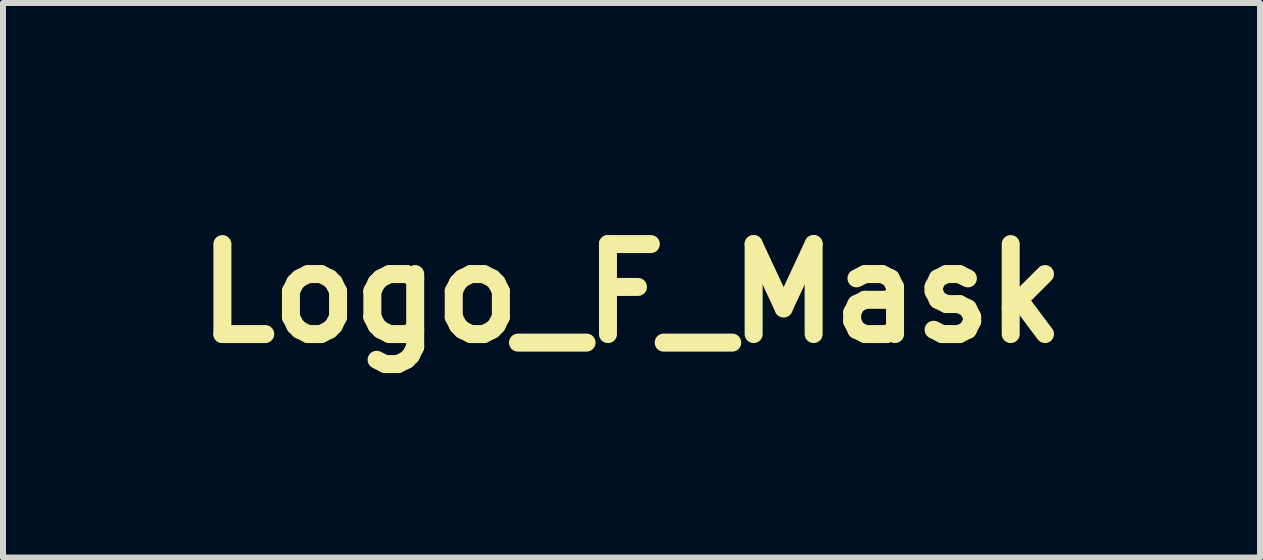
<source format=kicad_pcb>
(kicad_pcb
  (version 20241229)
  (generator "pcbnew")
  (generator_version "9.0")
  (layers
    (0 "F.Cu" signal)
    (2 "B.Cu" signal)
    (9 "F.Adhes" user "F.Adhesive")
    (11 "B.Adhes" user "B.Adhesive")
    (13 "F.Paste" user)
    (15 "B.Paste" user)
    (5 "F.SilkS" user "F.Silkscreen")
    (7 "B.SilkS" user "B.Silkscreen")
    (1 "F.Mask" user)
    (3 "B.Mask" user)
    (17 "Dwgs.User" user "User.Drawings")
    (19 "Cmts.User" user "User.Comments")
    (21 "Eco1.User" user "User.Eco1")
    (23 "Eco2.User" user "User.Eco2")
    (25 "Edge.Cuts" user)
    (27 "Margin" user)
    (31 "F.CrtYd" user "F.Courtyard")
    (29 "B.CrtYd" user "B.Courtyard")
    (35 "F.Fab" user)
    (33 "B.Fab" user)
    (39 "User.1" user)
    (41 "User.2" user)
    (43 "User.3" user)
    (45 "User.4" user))
  (footprint "Logo_F_Mask"
    (layer "F.Cu")
    (at 7.479 1.841)
    (property "Reference" "Logo_F_Mask" (at 0 0 0) (layer "F.SilkS") (effects (font (size 1.5 1.5) (thickness 0.3))))
    (attr board_only exclude_from_pos_files exclude_from_bom)
    (fp_poly (pts (xy -1.473 0.744) (xy -1.471 0.752) (xy -1.476 0.764) (xy -1.485 0.766) (xy -1.496 0.761) (xy -1.498 0.752) (xy -1.493 0.741) (xy -1.485 0.739)) (stroke (width 0) (type solid)) (fill yes) (layer "F.Mask"))
    (fp_poly (pts (xy -0.844 0.746) (xy -0.841 0.756) (xy -0.845 0.764) (xy -0.853 0.766) (xy -0.864 0.761) (xy -0.867 0.752) (xy -0.863 0.741) (xy -0.855 0.74)) (stroke (width 0) (type solid)) (fill yes) (layer "F.Mask"))
    (fp_poly (pts (xy 2.436 0.744) (xy 2.439 0.752) (xy 2.434 0.764) (xy 2.425 0.766) (xy 2.414 0.761) (xy 2.412 0.752) (xy 2.416 0.741) (xy 2.425 0.739)) (stroke (width 0) (type solid)) (fill yes) (layer "F.Mask"))
    (fp_poly (pts (xy -4.435 -1.836) (xy -4.422 -1.825) (xy -4.408 -1.81) (xy -4.395 -1.796) (xy -4.387 -1.786) (xy -4.387 -1.784) (xy -4.388 -1.781) (xy -4.392 -1.783) (xy -4.402 -1.792) (xy -4.419 -1.809) (xy -4.42 -1.81) (xy -4.434 -1.826) (xy -4.442 -1.837) (xy -4.443 -1.841)) (stroke (width 0) (type solid)) (fill yes) (layer "F.Mask"))
    (fp_poly (pts (xy 4.219 -0.942) (xy 4.219 -0.88) (xy 4.219 -0.822) (xy 4.218 -0.769) (xy 4.218 -0.724) (xy 4.218 -0.686) (xy 4.218 -0.659) (xy 4.217 -0.643) (xy 4.217 -0.638) (xy 4.212 -0.643) (xy 4.199 -0.656) (xy 4.178 -0.676) (xy 4.152 -0.702) (xy 4.12 -0.734) (xy 4.085 -0.769) (xy 4.064 -0.789) (xy 3.913 -0.941) (xy 4.066 -1.093) (xy 4.219 -1.246)) (stroke (width 0) (type solid)) (fill yes) (layer "F.Mask"))
    (fp_poly (pts (xy -0.84 0.866) (xy -0.839 0.896) (xy -0.837 0.915) (xy -0.834 0.926) (xy -0.83 0.929) (xy -0.82 0.936) (xy -0.822 0.942) (xy -0.834 0.946) (xy -0.853 0.947) (xy -0.874 0.946) (xy -0.885 0.942) (xy -0.887 0.937) (xy -0.881 0.928) (xy -0.877 0.927) (xy -0.871 0.924) (xy -0.868 0.915) (xy -0.867 0.896) (xy -0.867 0.877) (xy -0.867 0.85) (xy -0.87 0.833) (xy -0.874 0.825) (xy -0.877 0.824) (xy -0.886 0.817) (xy -0.884 0.811) (xy -0.872 0.807) (xy -0.863 0.806) (xy -0.84 0.806)) (stroke (width 0) (type solid)) (fill yes) (layer "F.Mask"))
    (fp_poly (pts (xy -1.471 0.867) (xy -1.471 0.896) (xy -1.469 0.914) (xy -1.467 0.924) (xy -1.462 0.927) (xy -1.461 0.927) (xy -1.452 0.932) (xy -1.451 0.937) (xy -1.455 0.943) (xy -1.467 0.947) (xy -1.485 0.947) (xy -1.504 0.946) (xy -1.516 0.943) (xy -1.518 0.94) (xy -1.513 0.932) (xy -1.508 0.929) (xy -1.503 0.924) (xy -1.499 0.911) (xy -1.498 0.888) (xy -1.498 0.876) (xy -1.499 0.848) (xy -1.501 0.832) (xy -1.506 0.823) (xy -1.508 0.822) (xy -1.518 0.816) (xy -1.515 0.81) (xy -1.502 0.806) (xy -1.495 0.806) (xy -1.471 0.806)) (stroke (width 0) (type solid)) (fill yes) (layer "F.Mask"))
    (fp_poly (pts (xy 2.439 0.867) (xy 2.439 0.896) (xy 2.44 0.914) (xy 2.443 0.924) (xy 2.448 0.927) (xy 2.449 0.927) (xy 2.458 0.932) (xy 2.459 0.937) (xy 2.455 0.943) (xy 2.443 0.947) (xy 2.425 0.947) (xy 2.406 0.946) (xy 2.394 0.943) (xy 2.392 0.94) (xy 2.397 0.932) (xy 2.402 0.929) (xy 2.407 0.924) (xy 2.41 0.911) (xy 2.412 0.888) (xy 2.412 0.876) (xy 2.411 0.848) (xy 2.409 0.832) (xy 2.404 0.823) (xy 2.402 0.822) (xy 2.392 0.816) (xy 2.394 0.81) (xy 2.407 0.806) (xy 2.415 0.806) (xy 2.439 0.806)) (stroke (width 0) (type solid)) (fill yes) (layer "F.Mask"))
    (fp_poly (pts (xy 0.645 0.833) (xy 0.645 0.871) (xy 0.646 0.897) (xy 0.647 0.914) (xy 0.65 0.923) (xy 0.653 0.927) (xy 0.655 0.927) (xy 0.664 0.932) (xy 0.665 0.937) (xy 0.661 0.943) (xy 0.649 0.947) (xy 0.631 0.947) (xy 0.612 0.946) (xy 0.6 0.943) (xy 0.598 0.94) (xy 0.603 0.932) (xy 0.608 0.929) (xy 0.612 0.925) (xy 0.615 0.916) (xy 0.617 0.899) (xy 0.618 0.872) (xy 0.618 0.842) (xy 0.618 0.807) (xy 0.617 0.783) (xy 0.615 0.768) (xy 0.612 0.761) (xy 0.608 0.759) (xy 0.599 0.754) (xy 0.598 0.749) (xy 0.603 0.742) (xy 0.619 0.739) (xy 0.621 0.739) (xy 0.645 0.739)) (stroke (width 0) (type solid)) (fill yes) (layer "F.Mask"))
    (fp_poly (pts (xy -3.839 -1.231) (xy -3.825 -1.219) (xy -3.805 -1.199) (xy -3.779 -1.174) (xy -3.75 -1.145) (xy -3.719 -1.114) (xy -3.687 -1.081) (xy -3.655 -1.049) (xy -3.626 -1.018) (xy -3.6 -0.991) (xy -3.578 -0.968) (xy -3.563 -0.951) (xy -3.555 -0.942) (xy -3.555 -0.941) (xy -3.56 -0.935) (xy -3.573 -0.92) (xy -3.593 -0.9) (xy -3.618 -0.874) (xy -3.646 -0.845) (xy -3.677 -0.813) (xy -3.709 -0.781) (xy -3.74 -0.749) (xy -3.77 -0.72) (xy -3.796 -0.694) (xy -3.817 -0.673) (xy -3.832 -0.659) (xy -3.835 -0.656) (xy -3.849 -0.643) (xy -3.849 -0.939) (xy -3.849 -1.001) (xy -3.849 -1.058) (xy -3.849 -1.11) (xy -3.848 -1.155) (xy -3.848 -1.191) (xy -3.847 -1.217) (xy -3.846 -1.233) (xy -3.846 -1.236)) (stroke (width 0) (type solid)) (fill yes) (layer "F.Mask"))
    (fp_poly (pts (xy 2.242 0.811) (xy 2.261 0.828) (xy 2.272 0.852) (xy 2.275 0.88) (xy 2.271 0.901) (xy 2.258 0.927) (xy 2.237 0.942) (xy 2.209 0.947) (xy 2.189 0.944) (xy 2.173 0.933) (xy 2.167 0.927) (xy 2.153 0.9) (xy 2.15 0.874) (xy 2.176 0.874) (xy 2.178 0.899) (xy 2.184 0.914) (xy 2.196 0.925) (xy 2.213 0.927) (xy 2.231 0.921) (xy 2.24 0.912) (xy 2.25 0.888) (xy 2.248 0.862) (xy 2.237 0.839) (xy 2.234 0.836) (xy 2.219 0.823) (xy 2.207 0.821) (xy 2.194 0.829) (xy 2.19 0.833) (xy 2.181 0.85) (xy 2.176 0.874) (xy 2.15 0.874) (xy 2.15 0.869) (xy 2.157 0.838) (xy 2.16 0.833) (xy 2.175 0.815) (xy 2.198 0.806) (xy 2.219 0.805)) (stroke (width 0) (type solid)) (fill yes) (layer "F.Mask"))
    (fp_poly (pts (xy 3.203 0.811) (xy 3.221 0.828) (xy 3.233 0.852) (xy 3.235 0.88) (xy 3.232 0.901) (xy 3.219 0.927) (xy 3.198 0.942) (xy 3.17 0.947) (xy 3.15 0.944) (xy 3.134 0.933) (xy 3.128 0.927) (xy 3.114 0.9) (xy 3.111 0.874) (xy 3.137 0.874) (xy 3.139 0.899) (xy 3.144 0.914) (xy 3.156 0.925) (xy 3.174 0.927) (xy 3.191 0.921) (xy 3.201 0.912) (xy 3.21 0.888) (xy 3.209 0.862) (xy 3.197 0.839) (xy 3.195 0.836) (xy 3.179 0.823) (xy 3.167 0.821) (xy 3.155 0.829) (xy 3.151 0.833) (xy 3.141 0.85) (xy 3.137 0.874) (xy 3.111 0.874) (xy 3.11 0.869) (xy 3.118 0.838) (xy 3.12 0.833) (xy 3.136 0.815) (xy 3.159 0.806) (xy 3.18 0.805)) (stroke (width 0) (type solid)) (fill yes) (layer "F.Mask"))
    (fp_poly (pts (xy 0.581 0.805) (xy 0.584 0.817) (xy 0.579 0.824) (xy 0.569 0.826) (xy 0.553 0.829) (xy 0.543 0.84) (xy 0.538 0.859) (xy 0.537 0.884) (xy 0.538 0.909) (xy 0.542 0.924) (xy 0.547 0.929) (xy 0.557 0.936) (xy 0.555 0.942) (xy 0.543 0.946) (xy 0.524 0.947) (xy 0.503 0.946) (xy 0.493 0.942) (xy 0.49 0.937) (xy 0.496 0.928) (xy 0.5 0.927) (xy 0.506 0.924) (xy 0.509 0.915) (xy 0.51 0.896) (xy 0.511 0.876) (xy 0.51 0.849) (xy 0.508 0.832) (xy 0.503 0.824) (xy 0.5 0.822) (xy 0.492 0.815) (xy 0.49 0.812) (xy 0.496 0.808) (xy 0.508 0.806) (xy 0.522 0.808) (xy 0.531 0.812) (xy 0.532 0.814) (xy 0.538 0.817) (xy 0.553 0.81) (xy 0.57 0.803)) (stroke (width 0) (type solid)) (fill yes) (layer "F.Mask"))
    (fp_poly (pts (xy 1.677 0.81) (xy 1.696 0.826) (xy 1.707 0.852) (xy 1.71 0.877) (xy 1.709 0.9) (xy 1.705 0.915) (xy 1.696 0.926) (xy 1.691 0.931) (xy 1.666 0.945) (xy 1.649 0.947) (xy 1.623 0.941) (xy 1.608 0.931) (xy 1.596 0.92) (xy 1.591 0.907) (xy 1.589 0.888) (xy 1.589 0.877) (xy 1.589 0.876) (xy 1.612 0.876) (xy 1.617 0.901) (xy 1.628 0.919) (xy 1.644 0.927) (xy 1.662 0.924) (xy 1.674 0.916) (xy 1.684 0.9) (xy 1.686 0.879) (xy 1.683 0.856) (xy 1.674 0.836) (xy 1.661 0.823) (xy 1.649 0.82) (xy 1.634 0.826) (xy 1.621 0.841) (xy 1.614 0.863) (xy 1.612 0.876) (xy 1.589 0.876) (xy 1.593 0.844) (xy 1.606 0.821) (xy 1.628 0.808) (xy 1.649 0.805)) (stroke (width 0) (type solid)) (fill yes) (layer "F.Mask"))
    (fp_poly (pts (xy -0.762 0.776) (xy -0.759 0.789) (xy -0.756 0.803) (xy -0.746 0.806) (xy -0.735 0.81) (xy -0.732 0.816) (xy -0.738 0.824) (xy -0.746 0.826) (xy -0.753 0.827) (xy -0.757 0.833) (xy -0.759 0.845) (xy -0.759 0.868) (xy -0.759 0.877) (xy -0.759 0.903) (xy -0.756 0.919) (xy -0.751 0.927) (xy -0.742 0.928) (xy -0.734 0.928) (xy -0.727 0.932) (xy -0.726 0.937) (xy -0.731 0.945) (xy -0.744 0.948) (xy -0.76 0.946) (xy -0.774 0.94) (xy -0.779 0.934) (xy -0.783 0.921) (xy -0.785 0.899) (xy -0.786 0.874) (xy -0.787 0.848) (xy -0.789 0.833) (xy -0.793 0.827) (xy -0.796 0.826) (xy -0.805 0.821) (xy -0.806 0.816) (xy -0.801 0.807) (xy -0.796 0.806) (xy -0.788 0.8) (xy -0.786 0.789) (xy -0.783 0.776) (xy -0.773 0.773)) (stroke (width 0) (type solid)) (fill yes) (layer "F.Mask"))
    (fp_poly (pts (xy -0.391 0.81) (xy -0.372 0.822) (xy -0.361 0.839) (xy -0.356 0.865) (xy -0.356 0.879) (xy -0.361 0.91) (xy -0.374 0.932) (xy -0.396 0.945) (xy -0.415 0.947) (xy -0.433 0.945) (xy -0.447 0.943) (xy -0.449 0.943) (xy -0.461 0.931) (xy -0.471 0.91) (xy -0.476 0.885) (xy -0.476 0.87) (xy -0.453 0.87) (xy -0.45 0.897) (xy -0.447 0.904) (xy -0.438 0.92) (xy -0.427 0.926) (xy -0.418 0.927) (xy -0.401 0.924) (xy -0.391 0.919) (xy -0.381 0.897) (xy -0.379 0.872) (xy -0.385 0.848) (xy -0.398 0.83) (xy -0.401 0.828) (xy -0.414 0.822) (xy -0.424 0.824) (xy -0.432 0.828) (xy -0.447 0.846) (xy -0.453 0.87) (xy -0.476 0.87) (xy -0.476 0.859) (xy -0.471 0.837) (xy -0.465 0.827) (xy -0.444 0.811) (xy -0.417 0.805)) (stroke (width 0) (type solid)) (fill yes) (layer "F.Mask"))
    (fp_poly (pts (xy 0.293 0.776) (xy 0.296 0.789) (xy 0.298 0.802) (xy 0.309 0.806) (xy 0.313 0.806) (xy 0.325 0.809) (xy 0.327 0.816) (xy 0.319 0.823) (xy 0.31 0.825) (xy 0.302 0.827) (xy 0.298 0.834) (xy 0.296 0.847) (xy 0.296 0.87) (xy 0.296 0.872) (xy 0.297 0.904) (xy 0.303 0.924) (xy 0.312 0.931) (xy 0.319 0.93) (xy 0.328 0.932) (xy 0.331 0.937) (xy 0.329 0.944) (xy 0.319 0.947) (xy 0.304 0.947) (xy 0.29 0.942) (xy 0.281 0.936) (xy 0.276 0.924) (xy 0.272 0.902) (xy 0.27 0.876) (xy 0.268 0.848) (xy 0.264 0.833) (xy 0.259 0.827) (xy 0.258 0.826) (xy 0.25 0.821) (xy 0.249 0.816) (xy 0.254 0.807) (xy 0.259 0.806) (xy 0.267 0.8) (xy 0.269 0.789) (xy 0.272 0.776) (xy 0.282 0.773)) (stroke (width 0) (type solid)) (fill yes) (layer "F.Mask"))
    (fp_poly (pts (xy 0.771 0.81) (xy 0.79 0.822) (xy 0.801 0.839) (xy 0.806 0.865) (xy 0.806 0.879) (xy 0.801 0.91) (xy 0.788 0.932) (xy 0.766 0.945) (xy 0.748 0.947) (xy 0.729 0.945) (xy 0.715 0.943) (xy 0.714 0.943) (xy 0.701 0.931) (xy 0.691 0.91) (xy 0.686 0.885) (xy 0.686 0.87) (xy 0.709 0.87) (xy 0.713 0.897) (xy 0.715 0.904) (xy 0.724 0.92) (xy 0.735 0.926) (xy 0.745 0.927) (xy 0.761 0.924) (xy 0.771 0.919) (xy 0.781 0.897) (xy 0.783 0.872) (xy 0.777 0.848) (xy 0.764 0.83) (xy 0.762 0.828) (xy 0.749 0.822) (xy 0.738 0.824) (xy 0.73 0.828) (xy 0.715 0.846) (xy 0.709 0.87) (xy 0.686 0.87) (xy 0.686 0.859) (xy 0.691 0.837) (xy 0.697 0.827) (xy 0.718 0.811) (xy 0.745 0.805)) (stroke (width 0) (type solid)) (fill yes) (layer "F.Mask"))
    (fp_poly (pts (xy 1.933 0.81) (xy 1.952 0.822) (xy 1.963 0.839) (xy 1.968 0.865) (xy 1.968 0.879) (xy 1.964 0.91) (xy 1.95 0.932) (xy 1.929 0.945) (xy 1.91 0.947) (xy 1.891 0.945) (xy 1.877 0.943) (xy 1.876 0.943) (xy 1.863 0.931) (xy 1.854 0.91) (xy 1.849 0.885) (xy 1.848 0.87) (xy 1.871 0.87) (xy 1.875 0.897) (xy 1.877 0.904) (xy 1.886 0.92) (xy 1.897 0.926) (xy 1.907 0.927) (xy 1.923 0.924) (xy 1.933 0.919) (xy 1.943 0.897) (xy 1.945 0.872) (xy 1.939 0.848) (xy 1.926 0.83) (xy 1.924 0.828) (xy 1.911 0.822) (xy 1.9 0.824) (xy 1.892 0.828) (xy 1.877 0.846) (xy 1.871 0.87) (xy 1.848 0.87) (xy 1.848 0.859) (xy 1.853 0.837) (xy 1.859 0.827) (xy 1.88 0.811) (xy 1.907 0.805)) (stroke (width 0) (type solid)) (fill yes) (layer "F.Mask"))
    (fp_poly (pts (xy 2.335 0.776) (xy 2.338 0.789) (xy 2.341 0.803) (xy 2.351 0.806) (xy 2.362 0.81) (xy 2.365 0.816) (xy 2.359 0.824) (xy 2.351 0.826) (xy 2.344 0.827) (xy 2.34 0.833) (xy 2.338 0.845) (xy 2.338 0.868) (xy 2.338 0.877) (xy 2.338 0.903) (xy 2.341 0.919) (xy 2.346 0.927) (xy 2.355 0.928) (xy 2.363 0.928) (xy 2.37 0.932) (xy 2.371 0.937) (xy 2.366 0.945) (xy 2.353 0.948) (xy 2.337 0.946) (xy 2.323 0.94) (xy 2.318 0.934) (xy 2.314 0.921) (xy 2.312 0.899) (xy 2.311 0.874) (xy 2.31 0.848) (xy 2.308 0.833) (xy 2.304 0.827) (xy 2.301 0.826) (xy 2.292 0.821) (xy 2.291 0.816) (xy 2.296 0.807) (xy 2.301 0.806) (xy 2.309 0.8) (xy 2.311 0.789) (xy 2.314 0.776) (xy 2.324 0.773)) (stroke (width 0) (type solid)) (fill yes) (layer "F.Mask"))
    (fp_poly (pts (xy 2.564 0.806) (xy 2.582 0.816) (xy 2.592 0.831) (xy 2.593 0.84) (xy 2.59 0.856) (xy 2.584 0.859) (xy 2.576 0.85) (xy 2.573 0.844) (xy 2.562 0.827) (xy 2.546 0.823) (xy 2.526 0.832) (xy 2.526 0.832) (xy 2.513 0.849) (xy 2.506 0.872) (xy 2.507 0.895) (xy 2.516 0.914) (xy 2.534 0.925) (xy 2.554 0.926) (xy 2.571 0.917) (xy 2.575 0.912) (xy 2.584 0.902) (xy 2.592 0.904) (xy 2.593 0.904) (xy 2.596 0.913) (xy 2.589 0.926) (xy 2.586 0.929) (xy 2.567 0.944) (xy 2.543 0.948) (xy 2.518 0.942) (xy 2.501 0.931) (xy 2.49 0.92) (xy 2.484 0.907) (xy 2.482 0.888) (xy 2.482 0.877) (xy 2.483 0.854) (xy 2.488 0.838) (xy 2.497 0.825) (xy 2.5 0.822) (xy 2.52 0.809) (xy 2.542 0.804)) (stroke (width 0) (type solid)) (fill yes) (layer "F.Mask"))
    (fp_poly (pts (xy -1.043 0.808) (xy -1.041 0.817) (xy -1.047 0.824) (xy -1.057 0.826) (xy -1.072 0.829) (xy -1.082 0.839) (xy -1.087 0.859) (xy -1.088 0.885) (xy -1.088 0.909) (xy -1.085 0.922) (xy -1.08 0.927) (xy -1.078 0.927) (xy -1.069 0.932) (xy -1.068 0.937) (xy -1.072 0.943) (xy -1.084 0.947) (xy -1.102 0.947) (xy -1.123 0.946) (xy -1.133 0.942) (xy -1.135 0.937) (xy -1.13 0.928) (xy -1.125 0.927) (xy -1.12 0.924) (xy -1.117 0.915) (xy -1.115 0.896) (xy -1.115 0.876) (xy -1.116 0.849) (xy -1.118 0.832) (xy -1.123 0.824) (xy -1.125 0.822) (xy -1.135 0.816) (xy -1.132 0.81) (xy -1.119 0.806) (xy -1.112 0.806) (xy -1.096 0.808) (xy -1.088 0.812) (xy -1.088 0.812) (xy -1.083 0.814) (xy -1.071 0.81) (xy -1.07 0.809) (xy -1.053 0.803)) (stroke (width 0) (type solid)) (fill yes) (layer "F.Mask"))
    (fp_poly (pts (xy 0.929 0.812) (xy 0.947 0.828) (xy 0.951 0.833) (xy 0.96 0.862) (xy 0.96 0.891) (xy 0.951 0.916) (xy 0.935 0.935) (xy 0.913 0.946) (xy 0.901 0.947) (xy 0.88 0.944) (xy 0.863 0.938) (xy 0.862 0.937) (xy 0.847 0.919) (xy 0.839 0.894) (xy 0.838 0.866) (xy 0.861 0.866) (xy 0.862 0.881) (xy 0.866 0.901) (xy 0.872 0.915) (xy 0.874 0.917) (xy 0.888 0.926) (xy 0.906 0.926) (xy 0.921 0.92) (xy 0.927 0.914) (xy 0.933 0.892) (xy 0.933 0.867) (xy 0.928 0.845) (xy 0.92 0.833) (xy 0.907 0.822) (xy 0.895 0.821) (xy 0.881 0.831) (xy 0.876 0.837) (xy 0.864 0.851) (xy 0.861 0.866) (xy 0.838 0.866) (xy 0.838 0.866) (xy 0.844 0.839) (xy 0.858 0.818) (xy 0.859 0.817) (xy 0.88 0.806) (xy 0.905 0.805)) (stroke (width 0) (type solid)) (fill yes) (layer "F.Mask"))
    (fp_poly (pts (xy 1.825 0.808) (xy 1.827 0.817) (xy 1.821 0.824) (xy 1.812 0.826) (xy 1.796 0.829) (xy 1.786 0.839) (xy 1.781 0.859) (xy 1.78 0.885) (xy 1.781 0.909) (xy 1.783 0.922) (xy 1.788 0.927) (xy 1.79 0.927) (xy 1.799 0.932) (xy 1.8 0.937) (xy 1.797 0.943) (xy 1.784 0.947) (xy 1.767 0.947) (xy 1.746 0.946) (xy 1.735 0.942) (xy 1.733 0.937) (xy 1.739 0.928) (xy 1.743 0.927) (xy 1.749 0.924) (xy 1.752 0.915) (xy 1.753 0.896) (xy 1.753 0.876) (xy 1.753 0.849) (xy 1.75 0.832) (xy 1.746 0.824) (xy 1.743 0.822) (xy 1.734 0.816) (xy 1.736 0.81) (xy 1.749 0.806) (xy 1.757 0.806) (xy 1.772 0.808) (xy 1.78 0.812) (xy 1.78 0.812) (xy 1.785 0.814) (xy 1.797 0.81) (xy 1.798 0.809) (xy 1.816 0.803)) (stroke (width 0) (type solid)) (fill yes) (layer "F.Mask"))
    (fp_poly (pts (xy 3.089 0.806) (xy 3.095 0.814) (xy 3.09 0.822) (xy 3.078 0.826) (xy 3.077 0.826) (xy 3.059 0.831) (xy 3.048 0.847) (xy 3.044 0.874) (xy 3.043 0.886) (xy 3.044 0.909) (xy 3.047 0.922) (xy 3.052 0.927) (xy 3.057 0.929) (xy 3.069 0.934) (xy 3.07 0.94) (xy 3.06 0.945) (xy 3.041 0.947) (xy 3.033 0.947) (xy 3.011 0.946) (xy 2.998 0.943) (xy 2.996 0.94) (xy 3.002 0.932) (xy 3.01 0.929) (xy 3.017 0.926) (xy 3.021 0.918) (xy 3.023 0.904) (xy 3.023 0.879) (xy 3.023 0.876) (xy 3.023 0.851) (xy 3.021 0.835) (xy 3.017 0.827) (xy 3.01 0.823) (xy 3.01 0.823) (xy 2.999 0.817) (xy 2.996 0.812) (xy 3.002 0.808) (xy 3.015 0.806) (xy 3.03 0.807) (xy 3.042 0.811) (xy 3.045 0.814) (xy 3.051 0.817) (xy 3.064 0.811) (xy 3.08 0.804)) (stroke (width 0) (type solid)) (fill yes) (layer "F.Mask"))
    (fp_poly (pts (xy -1.186 0.81) (xy -1.168 0.826) (xy -1.158 0.853) (xy -1.158 0.855) (xy -1.154 0.88) (xy -1.202 0.88) (xy -1.229 0.881) (xy -1.245 0.884) (xy -1.249 0.891) (xy -1.245 0.903) (xy -1.238 0.913) (xy -1.23 0.922) (xy -1.22 0.926) (xy -1.202 0.926) (xy -1.195 0.925) (xy -1.174 0.924) (xy -1.163 0.927) (xy -1.165 0.933) (xy -1.175 0.94) (xy -1.197 0.946) (xy -1.223 0.946) (xy -1.245 0.939) (xy -1.248 0.937) (xy -1.264 0.918) (xy -1.273 0.892) (xy -1.273 0.864) (xy -1.271 0.854) (xy -1.246 0.854) (xy -1.243 0.858) (xy -1.23 0.86) (xy -1.216 0.86) (xy -1.195 0.859) (xy -1.184 0.855) (xy -1.182 0.85) (xy -1.187 0.839) (xy -1.197 0.83) (xy -1.215 0.825) (xy -1.231 0.832) (xy -1.243 0.847) (xy -1.246 0.854) (xy -1.271 0.854) (xy -1.271 0.853) (xy -1.258 0.826) (xy -1.238 0.81) (xy -1.212 0.805)) (stroke (width 0) (type solid)) (fill yes) (layer "F.Mask"))
    (fp_poly (pts (xy -0.933 0.809) (xy -0.918 0.82) (xy -0.914 0.834) (xy -0.917 0.845) (xy -0.926 0.844) (xy -0.94 0.833) (xy -0.957 0.821) (xy -0.972 0.822) (xy -0.985 0.83) (xy -0.993 0.837) (xy -0.992 0.843) (xy -0.982 0.853) (xy -0.967 0.863) (xy -0.955 0.867) (xy -0.935 0.872) (xy -0.921 0.886) (xy -0.914 0.905) (xy -0.917 0.924) (xy -0.926 0.936) (xy -0.941 0.943) (xy -0.964 0.947) (xy -0.988 0.946) (xy -1.007 0.941) (xy -1.009 0.94) (xy -1.018 0.93) (xy -1.021 0.918) (xy -1.017 0.909) (xy -1.011 0.907) (xy -1 0.912) (xy -0.995 0.918) (xy -0.984 0.926) (xy -0.967 0.929) (xy -0.95 0.927) (xy -0.94 0.92) (xy -0.936 0.908) (xy -0.942 0.898) (xy -0.959 0.889) (xy -0.965 0.887) (xy -0.992 0.875) (xy -1.008 0.862) (xy -1.014 0.846) (xy -1.014 0.841) (xy -1.008 0.822) (xy -0.992 0.81) (xy -0.965 0.805) (xy -0.959 0.805)) (stroke (width 0) (type solid)) (fill yes) (layer "F.Mask"))
    (fp_poly (pts (xy 3.3 0.865) (xy 3.302 0.924) (xy 3.321 0.926) (xy 3.339 0.925) (xy 3.351 0.917) (xy 3.357 0.9) (xy 3.359 0.872) (xy 3.359 0.869) (xy 3.358 0.843) (xy 3.355 0.828) (xy 3.349 0.822) (xy 3.349 0.822) (xy 3.339 0.816) (xy 3.342 0.81) (xy 3.355 0.806) (xy 3.362 0.806) (xy 3.386 0.806) (xy 3.386 0.867) (xy 3.386 0.896) (xy 3.388 0.916) (xy 3.391 0.926) (xy 3.392 0.927) (xy 3.398 0.932) (xy 3.399 0.937) (xy 3.394 0.944) (xy 3.382 0.947) (xy 3.369 0.945) (xy 3.362 0.94) (xy 3.353 0.937) (xy 3.345 0.94) (xy 3.322 0.947) (xy 3.298 0.943) (xy 3.285 0.934) (xy 3.278 0.924) (xy 3.273 0.909) (xy 3.272 0.887) (xy 3.272 0.873) (xy 3.271 0.846) (xy 3.268 0.83) (xy 3.263 0.823) (xy 3.261 0.822) (xy 3.252 0.816) (xy 3.254 0.81) (xy 3.267 0.806) (xy 3.275 0.806) (xy 3.298 0.806)) (stroke (width 0) (type solid)) (fill yes) (layer "F.Mask"))
    (fp_poly (pts (xy -1.292 0.807) (xy -1.284 0.811) (xy -1.287 0.817) (xy -1.293 0.822) (xy -1.3 0.832) (xy -1.31 0.85) (xy -1.321 0.875) (xy -1.326 0.887) (xy -1.341 0.919) (xy -1.353 0.94) (xy -1.364 0.948) (xy -1.372 0.943) (xy -1.372 0.943) (xy -1.376 0.934) (xy -1.384 0.917) (xy -1.393 0.893) (xy -1.397 0.883) (xy -1.408 0.858) (xy -1.419 0.837) (xy -1.427 0.824) (xy -1.428 0.822) (xy -1.437 0.814) (xy -1.434 0.808) (xy -1.419 0.806) (xy -1.407 0.806) (xy -1.388 0.808) (xy -1.378 0.812) (xy -1.379 0.818) (xy -1.387 0.822) (xy -1.391 0.826) (xy -1.391 0.835) (xy -1.386 0.852) (xy -1.379 0.87) (xy -1.37 0.892) (xy -1.363 0.903) (xy -1.357 0.903) (xy -1.351 0.891) (xy -1.342 0.866) (xy -1.339 0.86) (xy -1.333 0.839) (xy -1.331 0.826) (xy -1.335 0.821) (xy -1.335 0.821) (xy -1.344 0.816) (xy -1.341 0.811) (xy -1.328 0.807) (xy -1.313 0.806)) (stroke (width 0) (type solid)) (fill yes) (layer "F.Mask"))
    (fp_poly (pts (xy 0.444 0.813) (xy 0.458 0.831) (xy 0.467 0.857) (xy 0.468 0.859) (xy 0.472 0.88) (xy 0.424 0.88) (xy 0.399 0.88) (xy 0.384 0.882) (xy 0.378 0.886) (xy 0.376 0.892) (xy 0.376 0.892) (xy 0.382 0.91) (xy 0.398 0.922) (xy 0.421 0.926) (xy 0.43 0.925) (xy 0.449 0.924) (xy 0.46 0.928) (xy 0.459 0.934) (xy 0.451 0.94) (xy 0.425 0.947) (xy 0.397 0.944) (xy 0.372 0.932) (xy 0.372 0.931) (xy 0.36 0.92) (xy 0.355 0.907) (xy 0.353 0.888) (xy 0.353 0.877) (xy 0.354 0.854) (xy 0.376 0.854) (xy 0.382 0.858) (xy 0.398 0.86) (xy 0.41 0.86) (xy 0.431 0.859) (xy 0.442 0.855) (xy 0.443 0.85) (xy 0.438 0.838) (xy 0.424 0.828) (xy 0.409 0.824) (xy 0.404 0.824) (xy 0.391 0.833) (xy 0.38 0.845) (xy 0.376 0.854) (xy 0.354 0.854) (xy 0.354 0.854) (xy 0.358 0.838) (xy 0.368 0.825) (xy 0.369 0.824) (xy 0.386 0.811) (xy 0.404 0.806) (xy 0.428 0.805)) (stroke (width 0) (type solid)) (fill yes) (layer "F.Mask"))
    (fp_poly (pts (xy 2.713 0.809) (xy 2.723 0.817) (xy 2.728 0.829) (xy 2.726 0.841) (xy 2.718 0.846) (xy 2.717 0.846) (xy 2.708 0.843) (xy 2.707 0.84) (xy 2.701 0.831) (xy 2.688 0.824) (xy 2.672 0.822) (xy 2.666 0.823) (xy 2.655 0.831) (xy 2.655 0.842) (xy 2.664 0.854) (xy 2.683 0.864) (xy 2.684 0.864) (xy 2.71 0.877) (xy 2.726 0.894) (xy 2.731 0.912) (xy 2.724 0.93) (xy 2.715 0.939) (xy 2.703 0.943) (xy 2.682 0.946) (xy 2.659 0.947) (xy 2.64 0.944) (xy 2.635 0.943) (xy 2.628 0.935) (xy 2.627 0.922) (xy 2.63 0.911) (xy 2.637 0.907) (xy 2.646 0.912) (xy 2.647 0.916) (xy 2.653 0.925) (xy 2.667 0.929) (xy 2.685 0.928) (xy 2.693 0.926) (xy 2.705 0.917) (xy 2.705 0.905) (xy 2.694 0.894) (xy 2.684 0.888) (xy 2.657 0.876) (xy 2.641 0.867) (xy 2.632 0.858) (xy 2.628 0.848) (xy 2.628 0.846) (xy 2.632 0.827) (xy 2.645 0.813) (xy 2.667 0.806) (xy 2.693 0.805)) (stroke (width 0) (type solid)) (fill yes) (layer "F.Mask"))
    (fp_poly (pts (xy -0.572 0.807) (xy -0.565 0.811) (xy -0.569 0.82) (xy -0.573 0.826) (xy -0.579 0.836) (xy -0.588 0.856) (xy -0.599 0.883) (xy -0.607 0.904) (xy -0.622 0.941) (xy -0.633 0.967) (xy -0.643 0.985) (xy -0.651 0.995) (xy -0.661 1) (xy -0.672 1.001) (xy -0.686 0.999) (xy -0.688 0.992) (xy -0.68 0.983) (xy -0.671 0.977) (xy -0.658 0.969) (xy -0.652 0.956) (xy -0.653 0.938) (xy -0.66 0.911) (xy -0.67 0.887) (xy -0.681 0.861) (xy -0.692 0.839) (xy -0.7 0.825) (xy -0.703 0.822) (xy -0.711 0.814) (xy -0.708 0.809) (xy -0.694 0.806) (xy -0.682 0.806) (xy -0.664 0.807) (xy -0.653 0.811) (xy -0.652 0.813) (xy -0.657 0.819) (xy -0.658 0.82) (xy -0.664 0.822) (xy -0.664 0.83) (xy -0.66 0.847) (xy -0.651 0.874) (xy -0.651 0.875) (xy -0.643 0.895) (xy -0.637 0.905) (xy -0.632 0.904) (xy -0.625 0.891) (xy -0.616 0.866) (xy -0.614 0.86) (xy -0.607 0.839) (xy -0.606 0.826) (xy -0.61 0.821) (xy -0.61 0.821) (xy -0.618 0.816) (xy -0.615 0.81) (xy -0.603 0.807) (xy -0.591 0.806)) (stroke (width 0) (type solid)) (fill yes) (layer "F.Mask"))
    (fp_poly (pts (xy -0.251 0.743) (xy -0.249 0.749) (xy -0.254 0.757) (xy -0.262 0.759) (xy -0.275 0.765) (xy -0.285 0.778) (xy -0.287 0.794) (xy -0.286 0.797) (xy -0.277 0.804) (xy -0.269 0.806) (xy -0.258 0.81) (xy -0.255 0.816) (xy -0.261 0.824) (xy -0.272 0.826) (xy -0.281 0.827) (xy -0.286 0.831) (xy -0.288 0.841) (xy -0.289 0.859) (xy -0.289 0.876) (xy -0.288 0.902) (xy -0.287 0.917) (xy -0.283 0.925) (xy -0.276 0.929) (xy -0.275 0.929) (xy -0.263 0.934) (xy -0.262 0.94) (xy -0.272 0.945) (xy -0.291 0.947) (xy -0.299 0.947) (xy -0.321 0.946) (xy -0.334 0.943) (xy -0.336 0.94) (xy -0.33 0.932) (xy -0.322 0.929) (xy -0.315 0.926) (xy -0.311 0.918) (xy -0.31 0.904) (xy -0.309 0.879) (xy -0.309 0.877) (xy -0.309 0.851) (xy -0.311 0.836) (xy -0.315 0.828) (xy -0.322 0.825) (xy -0.322 0.824) (xy -0.333 0.818) (xy -0.336 0.813) (xy -0.33 0.808) (xy -0.322 0.806) (xy -0.313 0.803) (xy -0.309 0.793) (xy -0.309 0.783) (xy -0.305 0.762) (xy -0.294 0.749) (xy -0.277 0.741) (xy -0.261 0.739)) (stroke (width 0) (type solid)) (fill yes) (layer "F.Mask"))
    (fp_poly (pts (xy 2.923 0.755) (xy 2.944 0.761) (xy 2.946 0.762) (xy 2.962 0.771) (xy 2.968 0.78) (xy 2.968 0.79) (xy 2.963 0.806) (xy 2.956 0.811) (xy 2.949 0.803) (xy 2.946 0.796) (xy 2.937 0.781) (xy 2.92 0.773) (xy 2.9 0.774) (xy 2.88 0.783) (xy 2.863 0.799) (xy 2.861 0.801) (xy 2.851 0.827) (xy 2.849 0.858) (xy 2.855 0.887) (xy 2.868 0.91) (xy 2.869 0.911) (xy 2.882 0.922) (xy 2.897 0.926) (xy 2.915 0.926) (xy 2.934 0.924) (xy 2.943 0.919) (xy 2.947 0.909) (xy 2.948 0.899) (xy 2.948 0.882) (xy 2.944 0.875) (xy 2.933 0.873) (xy 2.929 0.873) (xy 2.913 0.871) (xy 2.909 0.863) (xy 2.912 0.857) (xy 2.922 0.854) (xy 2.941 0.854) (xy 2.973 0.857) (xy 2.975 0.891) (xy 2.975 0.913) (xy 2.972 0.926) (xy 2.964 0.935) (xy 2.961 0.937) (xy 2.94 0.945) (xy 2.912 0.947) (xy 2.884 0.944) (xy 2.861 0.934) (xy 2.859 0.933) (xy 2.838 0.909) (xy 2.826 0.881) (xy 2.823 0.85) (xy 2.827 0.82) (xy 2.839 0.792) (xy 2.858 0.77) (xy 2.882 0.756) (xy 2.905 0.752)) (stroke (width 0) (type solid)) (fill yes) (layer "F.Mask"))
    (fp_poly (pts (xy 0.183 0.806) (xy 0.192 0.809) (xy 0.208 0.82) (xy 0.218 0.844) (xy 0.222 0.879) (xy 0.222 0.887) (xy 0.223 0.909) (xy 0.225 0.925) (xy 0.228 0.93) (xy 0.235 0.938) (xy 0.23 0.945) (xy 0.215 0.947) (xy 0.2 0.945) (xy 0.195 0.936) (xy 0.195 0.936) (xy 0.194 0.929) (xy 0.189 0.931) (xy 0.183 0.936) (xy 0.165 0.945) (xy 0.143 0.947) (xy 0.123 0.941) (xy 0.118 0.937) (xy 0.107 0.919) (xy 0.108 0.913) (xy 0.134 0.913) (xy 0.139 0.923) (xy 0.151 0.927) (xy 0.169 0.925) (xy 0.182 0.92) (xy 0.192 0.908) (xy 0.195 0.897) (xy 0.192 0.884) (xy 0.181 0.88) (xy 0.178 0.88) (xy 0.159 0.883) (xy 0.147 0.887) (xy 0.137 0.898) (xy 0.134 0.913) (xy 0.108 0.913) (xy 0.108 0.9) (xy 0.119 0.884) (xy 0.137 0.872) (xy 0.163 0.867) (xy 0.165 0.867) (xy 0.183 0.866) (xy 0.192 0.862) (xy 0.195 0.854) (xy 0.195 0.85) (xy 0.189 0.833) (xy 0.175 0.823) (xy 0.156 0.823) (xy 0.15 0.825) (xy 0.138 0.834) (xy 0.134 0.843) (xy 0.129 0.852) (xy 0.124 0.853) (xy 0.117 0.848) (xy 0.114 0.836) (xy 0.117 0.822) (xy 0.123 0.814) (xy 0.138 0.807) (xy 0.16 0.805)) (stroke (width 0) (type solid)) (fill yes) (layer "F.Mask"))
    (fp_poly (pts (xy 1.338 0.806) (xy 1.348 0.809) (xy 1.363 0.82) (xy 1.373 0.844) (xy 1.377 0.879) (xy 1.377 0.887) (xy 1.378 0.909) (xy 1.381 0.925) (xy 1.384 0.93) (xy 1.391 0.938) (xy 1.386 0.945) (xy 1.37 0.947) (xy 1.355 0.945) (xy 1.35 0.936) (xy 1.35 0.936) (xy 1.349 0.929) (xy 1.344 0.931) (xy 1.338 0.936) (xy 1.32 0.945) (xy 1.298 0.947) (xy 1.279 0.941) (xy 1.274 0.937) (xy 1.263 0.919) (xy 1.263 0.913) (xy 1.29 0.913) (xy 1.294 0.923) (xy 1.306 0.927) (xy 1.324 0.925) (xy 1.337 0.92) (xy 1.348 0.908) (xy 1.35 0.897) (xy 1.348 0.884) (xy 1.337 0.88) (xy 1.333 0.88) (xy 1.314 0.883) (xy 1.303 0.887) (xy 1.293 0.898) (xy 1.29 0.913) (xy 1.263 0.913) (xy 1.263 0.9) (xy 1.274 0.884) (xy 1.293 0.872) (xy 1.318 0.867) (xy 1.32 0.867) (xy 1.339 0.866) (xy 1.348 0.862) (xy 1.35 0.854) (xy 1.35 0.85) (xy 1.345 0.833) (xy 1.331 0.823) (xy 1.312 0.823) (xy 1.306 0.825) (xy 1.294 0.834) (xy 1.29 0.843) (xy 1.285 0.852) (xy 1.28 0.853) (xy 1.272 0.848) (xy 1.27 0.836) (xy 1.273 0.822) (xy 1.279 0.814) (xy 1.294 0.807) (xy 1.315 0.805)) (stroke (width 0) (type solid)) (fill yes) (layer "F.Mask"))
    (fp_poly (pts (xy 2.004 0.74) (xy 2.016 0.742) (xy 2.023 0.747) (xy 2.026 0.758) (xy 2.027 0.779) (xy 2.027 0.78) (xy 2.029 0.818) (xy 2.046 0.81) (xy 2.069 0.804) (xy 2.09 0.811) (xy 2.107 0.827) (xy 2.119 0.851) (xy 2.123 0.879) (xy 2.119 0.902) (xy 2.11 0.924) (xy 2.098 0.94) (xy 2.092 0.943) (xy 2.072 0.947) (xy 2.051 0.945) (xy 2.036 0.939) (xy 2.036 0.939) (xy 2.028 0.934) (xy 2.024 0.939) (xy 2.015 0.947) (xy 2.011 0.947) (xy 2.008 0.945) (xy 2.005 0.937) (xy 2.003 0.921) (xy 2.002 0.896) (xy 2.002 0.876) (xy 2.029 0.876) (xy 2.03 0.897) (xy 2.034 0.914) (xy 2.037 0.919) (xy 2.052 0.926) (xy 2.07 0.926) (xy 2.085 0.919) (xy 2.089 0.914) (xy 2.094 0.899) (xy 2.096 0.878) (xy 2.096 0.875) (xy 2.092 0.849) (xy 2.081 0.832) (xy 2.066 0.824) (xy 2.048 0.827) (xy 2.043 0.831) (xy 2.034 0.84) (xy 2.03 0.854) (xy 2.029 0.876) (xy 2.002 0.876) (xy 2.002 0.86) (xy 2.002 0.853) (xy 2.002 0.815) (xy 2.001 0.789) (xy 1.999 0.772) (xy 1.997 0.763) (xy 1.993 0.759) (xy 1.992 0.759) (xy 1.983 0.754) (xy 1.982 0.749) (xy 1.986 0.741) (xy 1.999 0.74)) (stroke (width 0) (type solid)) (fill yes) (layer "F.Mask"))
    (fp_poly (pts (xy -2.583 -0.784) (xy -2.322 -0.783) (xy -2.195 -0.565) (xy -2.167 -0.516) (xy -2.141 -0.47) (xy -2.118 -0.428) (xy -2.099 -0.393) (xy -2.084 -0.366) (xy -2.075 -0.347) (xy -2.072 -0.338) (xy -2.072 -0.338) (xy -2.076 -0.33) (xy -2.086 -0.313) (xy -2.101 -0.286) (xy -2.121 -0.251) (xy -2.144 -0.211) (xy -2.171 -0.165) (xy -2.199 -0.116) (xy -2.2 -0.114) (xy -2.325 0.101) (xy -2.584 0.101) (xy -2.842 0.101) (xy -2.857 0.076) (xy -2.864 0.064) (xy -2.877 0.042) (xy -2.894 0.012) (xy -2.916 -0.025) (xy -2.941 -0.068) (xy -2.968 -0.114) (xy -2.987 -0.147) (xy -3.101 -0.344) (xy -3.044 -0.344) (xy -2.929 -0.145) (xy -2.813 0.054) (xy -2.584 0.054) (xy -2.355 0.053) (xy -2.243 -0.14) (xy -2.216 -0.186) (xy -2.191 -0.229) (xy -2.169 -0.267) (xy -2.151 -0.298) (xy -2.138 -0.322) (xy -2.13 -0.336) (xy -2.128 -0.34) (xy -2.131 -0.347) (xy -2.14 -0.365) (xy -2.154 -0.391) (xy -2.172 -0.424) (xy -2.195 -0.464) (xy -2.22 -0.508) (xy -2.24 -0.543) (xy -2.354 -0.739) (xy -2.584 -0.739) (xy -2.814 -0.739) (xy -2.847 -0.684) (xy -2.859 -0.661) (xy -2.878 -0.63) (xy -2.9 -0.593) (xy -2.924 -0.551) (xy -2.949 -0.507) (xy -2.962 -0.486) (xy -3.044 -0.344) (xy -3.101 -0.344) (xy -3.102 -0.344) (xy -2.973 -0.565) (xy -2.845 -0.786)) (stroke (width 0) (type solid)) (fill yes) (layer "F.Mask"))
    (fp_poly (pts (xy -1.576 0.813) (xy -1.572 0.816) (xy -1.565 0.825) (xy -1.561 0.838) (xy -1.559 0.859) (xy -1.559 0.877) (xy -1.558 0.902) (xy -1.556 0.918) (xy -1.552 0.925) (xy -1.546 0.929) (xy -1.545 0.929) (xy -1.533 0.934) (xy -1.532 0.94) (xy -1.542 0.945) (xy -1.561 0.947) (xy -1.569 0.947) (xy -1.59 0.946) (xy -1.603 0.942) (xy -1.606 0.936) (xy -1.598 0.931) (xy -1.592 0.929) (xy -1.584 0.924) (xy -1.58 0.914) (xy -1.579 0.894) (xy -1.579 0.893) (xy -1.581 0.859) (xy -1.589 0.836) (xy -1.602 0.824) (xy -1.619 0.824) (xy -1.63 0.83) (xy -1.639 0.837) (xy -1.644 0.847) (xy -1.646 0.864) (xy -1.646 0.884) (xy -1.645 0.908) (xy -1.643 0.922) (xy -1.638 0.927) (xy -1.636 0.927) (xy -1.627 0.932) (xy -1.626 0.937) (xy -1.629 0.943) (xy -1.642 0.947) (xy -1.659 0.947) (xy -1.679 0.946) (xy -1.691 0.943) (xy -1.693 0.94) (xy -1.688 0.932) (xy -1.683 0.929) (xy -1.677 0.924) (xy -1.674 0.911) (xy -1.673 0.888) (xy -1.673 0.876) (xy -1.673 0.848) (xy -1.676 0.832) (xy -1.68 0.823) (xy -1.683 0.822) (xy -1.692 0.816) (xy -1.69 0.81) (xy -1.677 0.806) (xy -1.669 0.806) (xy -1.654 0.808) (xy -1.646 0.813) (xy -1.646 0.814) (xy -1.643 0.817) (xy -1.636 0.813) (xy -1.618 0.806) (xy -1.596 0.806)) (stroke (width 0) (type solid)) (fill yes) (layer "F.Mask"))
    (fp_poly (pts (xy 1.527 0.813) (xy 1.532 0.816) (xy 1.539 0.825) (xy 1.543 0.838) (xy 1.545 0.859) (xy 1.545 0.877) (xy 1.546 0.902) (xy 1.547 0.918) (xy 1.551 0.925) (xy 1.558 0.929) (xy 1.559 0.929) (xy 1.571 0.934) (xy 1.572 0.94) (xy 1.562 0.945) (xy 1.543 0.947) (xy 1.535 0.947) (xy 1.513 0.946) (xy 1.5 0.942) (xy 1.497 0.936) (xy 1.506 0.931) (xy 1.512 0.929) (xy 1.52 0.924) (xy 1.524 0.914) (xy 1.525 0.894) (xy 1.525 0.893) (xy 1.522 0.859) (xy 1.514 0.836) (xy 1.501 0.824) (xy 1.485 0.824) (xy 1.474 0.83) (xy 1.465 0.837) (xy 1.46 0.847) (xy 1.458 0.864) (xy 1.458 0.884) (xy 1.458 0.908) (xy 1.461 0.922) (xy 1.466 0.927) (xy 1.468 0.927) (xy 1.477 0.932) (xy 1.478 0.937) (xy 1.474 0.943) (xy 1.462 0.947) (xy 1.444 0.947) (xy 1.425 0.946) (xy 1.413 0.943) (xy 1.411 0.94) (xy 1.416 0.932) (xy 1.421 0.929) (xy 1.426 0.924) (xy 1.43 0.911) (xy 1.431 0.888) (xy 1.431 0.876) (xy 1.43 0.848) (xy 1.428 0.832) (xy 1.423 0.823) (xy 1.421 0.822) (xy 1.411 0.816) (xy 1.414 0.81) (xy 1.427 0.806) (xy 1.434 0.806) (xy 1.45 0.808) (xy 1.458 0.813) (xy 1.458 0.814) (xy 1.461 0.817) (xy 1.467 0.813) (xy 1.485 0.806) (xy 1.507 0.806)) (stroke (width 0) (type solid)) (fill yes) (layer "F.Mask"))
    (fp_poly (pts (xy 3.529 0.811) (xy 3.545 0.828) (xy 3.554 0.856) (xy 3.556 0.88) (xy 3.554 0.905) (xy 3.547 0.922) (xy 3.54 0.93) (xy 3.519 0.944) (xy 3.493 0.947) (xy 3.473 0.94) (xy 3.464 0.937) (xy 3.46 0.942) (xy 3.46 0.957) (xy 3.462 0.974) (xy 3.47 0.983) (xy 3.473 0.984) (xy 3.485 0.99) (xy 3.485 0.996) (xy 3.474 0.999) (xy 3.453 1.001) (xy 3.434 1) (xy 3.422 0.996) (xy 3.419 0.994) (xy 3.425 0.986) (xy 3.429 0.983) (xy 3.434 0.979) (xy 3.437 0.969) (xy 3.439 0.951) (xy 3.439 0.923) (xy 3.44 0.903) (xy 3.439 0.872) (xy 3.461 0.872) (xy 3.462 0.901) (xy 3.468 0.918) (xy 3.481 0.925) (xy 3.496 0.926) (xy 3.516 0.918) (xy 3.526 0.906) (xy 3.533 0.888) (xy 3.531 0.867) (xy 3.53 0.863) (xy 3.52 0.839) (xy 3.505 0.826) (xy 3.486 0.826) (xy 3.48 0.828) (xy 3.47 0.835) (xy 3.464 0.847) (xy 3.461 0.866) (xy 3.461 0.872) (xy 3.439 0.872) (xy 3.439 0.87) (xy 3.439 0.848) (xy 3.437 0.835) (xy 3.433 0.827) (xy 3.428 0.824) (xy 3.426 0.823) (xy 3.414 0.817) (xy 3.415 0.811) (xy 3.426 0.807) (xy 3.436 0.806) (xy 3.452 0.808) (xy 3.459 0.812) (xy 3.46 0.813) (xy 3.465 0.815) (xy 3.478 0.811) (xy 3.481 0.81) (xy 3.507 0.804)) (stroke (width 0) (type solid)) (fill yes) (layer "F.Mask"))
    (fp_poly (pts (xy -3.021 -0.054) (xy -2.993 -0.005) (xy -2.967 0.041) (xy -2.944 0.082) (xy -2.924 0.117) (xy -2.91 0.145) (xy -2.9 0.163) (xy -2.897 0.172) (xy -2.897 0.172) (xy -2.9 0.18) (xy -2.91 0.198) (xy -2.925 0.225) (xy -2.945 0.259) (xy -2.968 0.3) (xy -2.994 0.345) (xy -3.022 0.394) (xy -3.023 0.396) (xy -3.147 0.611) (xy -3.407 0.611) (xy -3.476 0.611) (xy -3.534 0.611) (xy -3.579 0.61) (xy -3.615 0.609) (xy -3.641 0.608) (xy -3.659 0.607) (xy -3.669 0.605) (xy -3.673 0.603) (xy -3.679 0.594) (xy -3.69 0.576) (xy -3.706 0.549) (xy -3.725 0.516) (xy -3.747 0.478) (xy -3.771 0.436) (xy -3.796 0.393) (xy -3.822 0.349) (xy -3.846 0.307) (xy -3.868 0.268) (xy -3.888 0.233) (xy -3.904 0.204) (xy -3.916 0.183) (xy -3.922 0.171) (xy -3.923 0.169) (xy -3.923 0.169) (xy -3.869 0.169) (xy -3.754 0.367) (xy -3.639 0.564) (xy -3.409 0.564) (xy -3.179 0.564) (xy -3.064 0.367) (xy -2.949 0.169) (xy -3.065 -0.03) (xy -3.18 -0.228) (xy -3.409 -0.228) (xy -3.638 -0.228) (xy -3.754 -0.03) (xy -3.869 0.169) (xy -3.923 0.169) (xy -3.92 0.162) (xy -3.911 0.145) (xy -3.896 0.118) (xy -3.877 0.085) (xy -3.854 0.044) (xy -3.828 -0.001) (xy -3.799 -0.05) (xy -3.797 -0.055) (xy -3.67 -0.272) (xy -3.409 -0.272) (xy -3.148 -0.272)) (stroke (width 0) (type solid)) (fill yes) (layer "F.Mask"))
    (fp_poly (pts (xy -1.726 0.753) (xy -1.715 0.757) (xy -1.713 0.762) (xy -1.718 0.771) (xy -1.723 0.773) (xy -1.727 0.775) (xy -1.73 0.786) (xy -1.732 0.805) (xy -1.734 0.835) (xy -1.734 0.844) (xy -1.735 0.876) (xy -1.737 0.897) (xy -1.74 0.911) (xy -1.745 0.92) (xy -1.752 0.928) (xy -1.755 0.931) (xy -1.776 0.943) (xy -1.802 0.947) (xy -1.804 0.947) (xy -1.83 0.944) (xy -1.851 0.932) (xy -1.852 0.931) (xy -1.86 0.923) (xy -1.866 0.915) (xy -1.869 0.903) (xy -1.871 0.885) (xy -1.873 0.857) (xy -1.873 0.844) (xy -1.875 0.811) (xy -1.877 0.789) (xy -1.88 0.777) (xy -1.884 0.773) (xy -1.885 0.773) (xy -1.893 0.767) (xy -1.894 0.762) (xy -1.891 0.756) (xy -1.878 0.753) (xy -1.861 0.752) (xy -1.84 0.753) (xy -1.829 0.757) (xy -1.827 0.762) (xy -1.833 0.771) (xy -1.837 0.773) (xy -1.842 0.775) (xy -1.845 0.783) (xy -1.847 0.799) (xy -1.847 0.826) (xy -1.847 0.839) (xy -1.846 0.875) (xy -1.843 0.9) (xy -1.836 0.916) (xy -1.824 0.924) (xy -1.807 0.927) (xy -1.803 0.927) (xy -1.785 0.925) (xy -1.773 0.917) (xy -1.765 0.902) (xy -1.761 0.877) (xy -1.76 0.841) (xy -1.76 0.838) (xy -1.76 0.807) (xy -1.762 0.787) (xy -1.764 0.777) (xy -1.768 0.773) (xy -1.77 0.773) (xy -1.779 0.767) (xy -1.78 0.762) (xy -1.777 0.756) (xy -1.764 0.753) (xy -1.747 0.752)) (stroke (width 0) (type solid)) (fill yes) (layer "F.Mask"))
    (fp_poly (pts (xy -2.203 0.354) (xy -2.175 0.403) (xy -2.148 0.448) (xy -2.124 0.489) (xy -2.104 0.524) (xy -2.088 0.551) (xy -2.078 0.57) (xy -2.073 0.578) (xy -2.073 0.584) (xy -2.077 0.595) (xy -2.085 0.613) (xy -2.097 0.637) (xy -2.115 0.67) (xy -2.138 0.711) (xy -2.168 0.763) (xy -2.197 0.812) (xy -2.326 1.035) (xy -2.583 1.035) (xy -2.653 1.034) (xy -2.709 1.034) (xy -2.755 1.034) (xy -2.79 1.033) (xy -2.816 1.032) (xy -2.833 1.03) (xy -2.843 1.028) (xy -2.846 1.026) (xy -2.851 1.019) (xy -2.861 1.001) (xy -2.877 0.974) (xy -2.897 0.94) (xy -2.921 0.899) (xy -2.947 0.854) (xy -2.976 0.805) (xy -2.977 0.803) (xy -3.101 0.59) (xy -3.044 0.59) (xy -2.928 0.789) (xy -2.812 0.988) (xy -2.583 0.987) (xy -2.355 0.987) (xy -2.24 0.79) (xy -2.213 0.743) (xy -2.189 0.7) (xy -2.167 0.662) (xy -2.149 0.63) (xy -2.136 0.607) (xy -2.129 0.592) (xy -2.127 0.588) (xy -2.13 0.581) (xy -2.14 0.564) (xy -2.154 0.539) (xy -2.173 0.505) (xy -2.196 0.466) (xy -2.221 0.422) (xy -2.24 0.389) (xy -2.353 0.195) (xy -2.585 0.196) (xy -2.817 0.198) (xy -2.88 0.306) (xy -2.904 0.348) (xy -2.932 0.395) (xy -2.959 0.441) (xy -2.983 0.483) (xy -2.993 0.501) (xy -3.044 0.59) (xy -3.101 0.59) (xy -3.102 0.589) (xy -3.056 0.511) (xy -3.04 0.482) (xy -3.018 0.444) (xy -2.992 0.401) (xy -2.965 0.355) (xy -2.938 0.308) (xy -2.927 0.289) (xy -2.843 0.144) (xy -2.585 0.143) (xy -2.327 0.141)) (stroke (width 0) (type solid)) (fill yes) (layer "F.Mask"))
    (fp_poly (pts (xy -0.03 0.754) (xy -0.027 0.761) (xy -0.021 0.778) (xy -0.013 0.803) (xy -0.004 0.83) (xy 0.005 0.858) (xy 0.013 0.879) (xy 0.019 0.892) (xy 0.023 0.893) (xy 0.026 0.882) (xy 0.031 0.862) (xy 0.037 0.84) (xy 0.043 0.815) (xy 0.048 0.795) (xy 0.051 0.784) (xy 0.05 0.774) (xy 0.044 0.773) (xy 0.035 0.767) (xy 0.034 0.762) (xy 0.037 0.755) (xy 0.048 0.753) (xy 0.062 0.754) (xy 0.077 0.757) (xy 0.089 0.762) (xy 0.095 0.768) (xy 0.092 0.772) (xy 0.085 0.773) (xy 0.079 0.777) (xy 0.072 0.792) (xy 0.065 0.819) (xy 0.061 0.835) (xy 0.051 0.876) (xy 0.044 0.905) (xy 0.038 0.925) (xy 0.034 0.938) (xy 0.029 0.944) (xy 0.025 0.947) (xy 0.021 0.947) (xy 0.015 0.945) (xy 0.008 0.935) (xy 0.001 0.917) (xy -0.009 0.889) (xy -0.015 0.872) (xy -0.038 0.796) (xy -0.062 0.87) (xy -0.074 0.907) (xy -0.085 0.932) (xy -0.093 0.944) (xy -0.096 0.946) (xy -0.107 0.945) (xy -0.109 0.943) (xy -0.112 0.934) (xy -0.117 0.916) (xy -0.124 0.89) (xy -0.131 0.861) (xy -0.139 0.83) (xy -0.147 0.804) (xy -0.154 0.784) (xy -0.159 0.776) (xy -0.168 0.763) (xy -0.164 0.756) (xy -0.148 0.753) (xy -0.14 0.754) (xy -0.124 0.757) (xy -0.112 0.762) (xy -0.107 0.768) (xy -0.11 0.772) (xy -0.117 0.773) (xy -0.126 0.774) (xy -0.128 0.775) (xy -0.126 0.784) (xy -0.122 0.801) (xy -0.117 0.824) (xy -0.111 0.849) (xy -0.105 0.872) (xy -0.1 0.89) (xy -0.097 0.899) (xy -0.097 0.899) (xy -0.094 0.894) (xy -0.089 0.879) (xy -0.081 0.856) (xy -0.073 0.83) (xy -0.06 0.792) (xy -0.049 0.766) (xy -0.04 0.753) (xy -0.032 0.752)) (stroke (width 0) (type solid)) (fill yes) (layer "F.Mask"))
    (fp_poly (pts (xy 1.088 0.755) (xy 1.101 0.762) (xy 1.103 0.764) (xy 1.111 0.775) (xy 1.123 0.793) (xy 1.139 0.818) (xy 1.152 0.838) (xy 1.168 0.863) (xy 1.181 0.883) (xy 1.19 0.896) (xy 1.193 0.9) (xy 1.194 0.894) (xy 1.195 0.877) (xy 1.196 0.853) (xy 1.196 0.836) (xy 1.196 0.807) (xy 1.195 0.788) (xy 1.192 0.778) (xy 1.188 0.773) (xy 1.182 0.773) (xy 1.182 0.773) (xy 1.172 0.769) (xy 1.171 0.764) (xy 1.178 0.759) (xy 1.194 0.756) (xy 1.213 0.756) (xy 1.23 0.758) (xy 1.24 0.762) (xy 1.241 0.763) (xy 1.237 0.771) (xy 1.23 0.774) (xy 1.224 0.777) (xy 1.22 0.782) (xy 1.218 0.791) (xy 1.216 0.808) (xy 1.216 0.835) (xy 1.216 0.863) (xy 1.216 0.898) (xy 1.215 0.923) (xy 1.213 0.938) (xy 1.21 0.945) (xy 1.206 0.947) (xy 1.206 0.947) (xy 1.199 0.942) (xy 1.186 0.927) (xy 1.17 0.905) (xy 1.151 0.878) (xy 1.148 0.873) (xy 1.13 0.846) (xy 1.115 0.823) (xy 1.104 0.807) (xy 1.098 0.8) (xy 1.098 0.799) (xy 1.097 0.806) (xy 1.096 0.822) (xy 1.095 0.847) (xy 1.095 0.862) (xy 1.095 0.892) (xy 1.096 0.911) (xy 1.099 0.922) (xy 1.103 0.927) (xy 1.108 0.929) (xy 1.121 0.934) (xy 1.121 0.94) (xy 1.111 0.945) (xy 1.092 0.947) (xy 1.088 0.947) (xy 1.067 0.946) (xy 1.057 0.942) (xy 1.055 0.937) (xy 1.06 0.928) (xy 1.065 0.927) (xy 1.069 0.925) (xy 1.072 0.917) (xy 1.074 0.902) (xy 1.075 0.877) (xy 1.075 0.85) (xy 1.075 0.816) (xy 1.074 0.793) (xy 1.072 0.78) (xy 1.068 0.774) (xy 1.065 0.773) (xy 1.056 0.767) (xy 1.055 0.762) (xy 1.06 0.755) (xy 1.073 0.752)) (stroke (width 0) (type solid)) (fill yes) (layer "F.Mask"))
    (fp_poly (pts (xy 3.435 -0.738) (xy 3.473 -0.736) (xy 3.498 -0.733) (xy 3.521 -0.728) (xy 3.551 -0.721) (xy 3.583 -0.712) (xy 3.615 -0.703) (xy 3.644 -0.694) (xy 3.667 -0.687) (xy 3.681 -0.681) (xy 3.683 -0.679) (xy 3.682 -0.672) (xy 3.677 -0.655) (xy 3.669 -0.631) (xy 3.659 -0.604) (xy 3.647 -0.575) (xy 3.636 -0.547) (xy 3.626 -0.524) (xy 3.617 -0.507) (xy 3.614 -0.501) (xy 3.606 -0.501) (xy 3.588 -0.505) (xy 3.565 -0.513) (xy 3.554 -0.517) (xy 3.5 -0.533) (xy 3.441 -0.545) (xy 3.383 -0.549) (xy 3.329 -0.547) (xy 3.319 -0.546) (xy 3.258 -0.53) (xy 3.204 -0.504) (xy 3.158 -0.467) (xy 3.121 -0.421) (xy 3.092 -0.366) (xy 3.072 -0.302) (xy 3.063 -0.231) (xy 3.062 -0.195) (xy 3.066 -0.119) (xy 3.079 -0.052) (xy 3.1 0.006) (xy 3.129 0.055) (xy 3.165 0.094) (xy 3.206 0.12) (xy 3.249 0.135) (xy 3.302 0.144) (xy 3.361 0.145) (xy 3.424 0.14) (xy 3.445 0.137) (xy 3.467 0.133) (xy 3.465 0.028) (xy 3.463 -0.077) (xy 3.367 -0.079) (xy 3.272 -0.081) (xy 3.272 -0.175) (xy 3.272 -0.269) (xy 3.48 -0.269) (xy 3.688 -0.269) (xy 3.688 0.006) (xy 3.688 0.28) (xy 3.646 0.292) (xy 3.546 0.315) (xy 3.444 0.33) (xy 3.346 0.337) (xy 3.257 0.335) (xy 3.176 0.323) (xy 3.102 0.301) (xy 3.036 0.268) (xy 2.979 0.225) (xy 2.93 0.172) (xy 2.891 0.109) (xy 2.886 0.098) (xy 2.859 0.031) (xy 2.84 -0.045) (xy 2.829 -0.125) (xy 2.826 -0.207) (xy 2.831 -0.287) (xy 2.843 -0.364) (xy 2.864 -0.434) (xy 2.875 -0.461) (xy 2.913 -0.529) (xy 2.96 -0.588) (xy 3.016 -0.638) (xy 3.083 -0.679) (xy 3.16 -0.711) (xy 3.164 -0.713) (xy 3.189 -0.721) (xy 3.21 -0.727) (xy 3.23 -0.731) (xy 3.253 -0.734) (xy 3.282 -0.736) (xy 3.32 -0.737) (xy 3.34 -0.738) (xy 3.39 -0.738)) (stroke (width 0) (type solid)) (fill yes) (layer "F.Mask"))
    (fp_poly (pts (xy 2.025 -0.732) (xy 2.071 -0.731) (xy 2.121 -0.73) (xy 2.126 -0.73) (xy 2.198 -0.728) (xy 2.259 -0.725) (xy 2.31 -0.722) (xy 2.353 -0.717) (xy 2.389 -0.711) (xy 2.421 -0.703) (xy 2.45 -0.693) (xy 2.476 -0.681) (xy 2.518 -0.656) (xy 2.557 -0.623) (xy 2.588 -0.587) (xy 2.597 -0.573) (xy 2.613 -0.536) (xy 2.624 -0.49) (xy 2.631 -0.44) (xy 2.632 -0.39) (xy 2.626 -0.344) (xy 2.619 -0.316) (xy 2.599 -0.274) (xy 2.57 -0.233) (xy 2.534 -0.195) (xy 2.496 -0.165) (xy 2.478 -0.154) (xy 2.461 -0.144) (xy 2.45 -0.136) (xy 2.449 -0.134) (xy 2.451 -0.127) (xy 2.46 -0.11) (xy 2.473 -0.087) (xy 2.492 -0.059) (xy 2.501 -0.045) (xy 2.521 -0.016) (xy 2.546 0.021) (xy 2.576 0.065) (xy 2.608 0.112) (xy 2.64 0.16) (xy 2.672 0.208) (xy 2.701 0.251) (xy 2.726 0.288) (xy 2.736 0.304) (xy 2.749 0.322) (xy 2.621 0.322) (xy 2.494 0.322) (xy 2.368 0.121) (xy 2.243 -0.081) (xy 2.188 -0.079) (xy 2.133 -0.077) (xy 2.131 0.123) (xy 2.129 0.322) (xy 2.015 0.322) (xy 1.901 0.322) (xy 1.901 -0.201) (xy 1.901 -0.405) (xy 2.13 -0.405) (xy 2.13 -0.364) (xy 2.13 -0.327) (xy 2.131 -0.297) (xy 2.133 -0.276) (xy 2.134 -0.266) (xy 2.135 -0.266) (xy 2.144 -0.264) (xy 2.163 -0.263) (xy 2.189 -0.264) (xy 2.219 -0.266) (xy 2.249 -0.269) (xy 2.277 -0.273) (xy 2.3 -0.277) (xy 2.304 -0.278) (xy 2.343 -0.294) (xy 2.372 -0.319) (xy 2.39 -0.352) (xy 2.399 -0.394) (xy 2.399 -0.408) (xy 2.395 -0.446) (xy 2.383 -0.475) (xy 2.36 -0.499) (xy 2.334 -0.514) (xy 2.316 -0.523) (xy 2.3 -0.528) (xy 2.282 -0.532) (xy 2.259 -0.534) (xy 2.228 -0.536) (xy 2.212 -0.536) (xy 2.13 -0.539) (xy 2.13 -0.405) (xy 1.901 -0.405) (xy 1.901 -0.725) (xy 1.919 -0.73) (xy 1.93 -0.731) (xy 1.953 -0.731) (xy 1.985 -0.732)) (stroke (width 0) (type solid)) (fill yes) (layer "F.Mask"))
    (fp_poly (pts (xy -1.006 -0.731) (xy -0.981 -0.73) (xy -0.965 -0.729) (xy -0.962 -0.729) (xy -0.946 -0.725) (xy -0.949 -0.347) (xy -0.949 -0.264) (xy -0.95 -0.192) (xy -0.951 -0.131) (xy -0.952 -0.081) (xy -0.953 -0.039) (xy -0.955 -0.004) (xy -0.957 0.024) (xy -0.96 0.048) (xy -0.964 0.067) (xy -0.968 0.084) (xy -0.974 0.099) (xy -0.981 0.114) (xy -0.989 0.13) (xy -0.997 0.144) (xy -1.029 0.193) (xy -1.073 0.237) (xy -1.125 0.274) (xy -1.183 0.304) (xy -1.226 0.319) (xy -1.268 0.328) (xy -1.318 0.334) (xy -1.373 0.337) (xy -1.429 0.336) (xy -1.448 0.335) (xy -1.524 0.324) (xy -1.593 0.302) (xy -1.653 0.271) (xy -1.705 0.229) (xy -1.748 0.178) (xy -1.775 0.131) (xy -1.783 0.113) (xy -1.79 0.096) (xy -1.796 0.078) (xy -1.8 0.059) (xy -1.804 0.036) (xy -1.807 0.01) (xy -1.81 -0.023) (xy -1.811 -0.061) (xy -1.812 -0.107) (xy -1.813 -0.163) (xy -1.813 -0.228) (xy -1.813 -0.304) (xy -1.812 -0.38) (xy -1.81 -0.729) (xy -1.7 -0.729) (xy -1.589 -0.729) (xy -1.585 -0.363) (xy -1.584 -0.282) (xy -1.584 -0.214) (xy -1.583 -0.157) (xy -1.582 -0.11) (xy -1.581 -0.072) (xy -1.58 -0.041) (xy -1.579 -0.018) (xy -1.577 -0.000023) (xy -1.575 0.013) (xy -1.573 0.023) (xy -1.571 0.031) (xy -1.57 0.032) (xy -1.554 0.067) (xy -1.534 0.092) (xy -1.507 0.112) (xy -1.49 0.12) (xy -1.47 0.13) (xy -1.453 0.136) (xy -1.434 0.139) (xy -1.41 0.141) (xy -1.381 0.141) (xy -1.334 0.139) (xy -1.296 0.132) (xy -1.266 0.119) (xy -1.239 0.1) (xy -1.234 0.095) (xy -1.223 0.085) (xy -1.214 0.074) (xy -1.206 0.063) (xy -1.199 0.049) (xy -1.194 0.032) (xy -1.19 0.011) (xy -1.186 -0.015) (xy -1.184 -0.048) (xy -1.182 -0.089) (xy -1.18 -0.139) (xy -1.179 -0.198) (xy -1.178 -0.268) (xy -1.177 -0.35) (xy -1.176 -0.373) (xy -1.172 -0.729) (xy -1.075 -0.731) (xy -1.039 -0.731)) (stroke (width 0) (type solid)) (fill yes) (layer "F.Mask"))
    (fp_poly (pts (xy 1.017 -0.697) (xy 1.03 -0.676) (xy 1.047 -0.647) (xy 1.066 -0.616) (xy 1.076 -0.598) (xy 1.095 -0.565) (xy 1.12 -0.521) (xy 1.151 -0.468) (xy 1.186 -0.408) (xy 1.225 -0.341) (xy 1.267 -0.268) (xy 1.282 -0.242) (xy 1.302 -0.208) (xy 1.323 -0.171) (xy 1.343 -0.137) (xy 1.35 -0.124) (xy 1.369 -0.092) (xy 1.391 -0.055) (xy 1.411 -0.02) (xy 1.414 -0.015) (xy 1.427 0.009) (xy 1.439 0.027) (xy 1.445 0.038) (xy 1.447 0.04) (xy 1.447 0.034) (xy 1.447 0.015) (xy 1.447 -0.015) (xy 1.448 -0.054) (xy 1.448 -0.103) (xy 1.448 -0.159) (xy 1.448 -0.221) (xy 1.448 -0.288) (xy 1.448 -0.344) (xy 1.448 -0.729) (xy 1.542 -0.731) (xy 1.582 -0.731) (xy 1.61 -0.731) (xy 1.629 -0.729) (xy 1.64 -0.727) (xy 1.645 -0.723) (xy 1.646 -0.718) (xy 1.648 -0.704) (xy 1.649 -0.682) (xy 1.65 -0.652) (xy 1.65 -0.611) (xy 1.651 -0.561) (xy 1.651 -0.5) (xy 1.651 -0.427) (xy 1.651 -0.343) (xy 1.651 -0.246) (xy 1.651 -0.197) (xy 1.649 0.319) (xy 1.505 0.321) (xy 1.36 0.323) (xy 1.282 0.187) (xy 1.253 0.136) (xy 1.221 0.08) (xy 1.186 0.02) (xy 1.151 -0.042) (xy 1.115 -0.103) (xy 1.08 -0.164) (xy 1.047 -0.222) (xy 1.016 -0.275) (xy 0.989 -0.323) (xy 0.966 -0.363) (xy 0.948 -0.394) (xy 0.941 -0.406) (xy 0.906 -0.467) (xy 0.91 -0.42) (xy 0.911 -0.404) (xy 0.912 -0.376) (xy 0.913 -0.338) (xy 0.914 -0.291) (xy 0.915 -0.236) (xy 0.916 -0.175) (xy 0.917 -0.11) (xy 0.918 -0.041) (xy 0.918 -0.025) (xy 0.922 0.322) (xy 0.817 0.322) (xy 0.712 0.322) (xy 0.712 -0.201) (xy 0.712 -0.298) (xy 0.712 -0.382) (xy 0.712 -0.454) (xy 0.713 -0.516) (xy 0.713 -0.568) (xy 0.713 -0.611) (xy 0.714 -0.645) (xy 0.715 -0.672) (xy 0.716 -0.693) (xy 0.717 -0.707) (xy 0.718 -0.718) (xy 0.72 -0.724) (xy 0.721 -0.727) (xy 0.723 -0.728) (xy 0.733 -0.729) (xy 0.753 -0.731) (xy 0.783 -0.731) (xy 0.82 -0.732) (xy 0.861 -0.732) (xy 0.864 -0.732) (xy 0.994 -0.732)) (stroke (width 0) (type solid)) (fill yes) (layer "F.Mask"))
    (fp_poly (pts (xy -0.051 -0.725) (xy -0.029 -0.724) (xy -0.016 -0.723) (xy -0.013 -0.722) (xy -0.012 -0.715) (xy -0.007 -0.696) (xy 0.000338 -0.667) (xy 0.01 -0.629) (xy 0.022 -0.583) (xy 0.036 -0.531) (xy 0.051 -0.473) (xy 0.064 -0.421) (xy 0.089 -0.327) (xy 0.11 -0.244) (xy 0.127 -0.173) (xy 0.142 -0.11) (xy 0.154 -0.057) (xy 0.164 -0.011) (xy 0.172 0.028) (xy 0.177 0.061) (xy 0.179 0.074) (xy 0.184 0.111) (xy 0.19 0.081) (xy 0.2 0.028) (xy 0.209 -0.02) (xy 0.219 -0.067) (xy 0.229 -0.113) (xy 0.239 -0.162) (xy 0.251 -0.216) (xy 0.265 -0.276) (xy 0.281 -0.346) (xy 0.296 -0.413) (xy 0.31 -0.474) (xy 0.324 -0.531) (xy 0.336 -0.582) (xy 0.346 -0.627) (xy 0.355 -0.664) (xy 0.362 -0.692) (xy 0.366 -0.709) (xy 0.367 -0.714) (xy 0.369 -0.718) (xy 0.375 -0.721) (xy 0.386 -0.723) (xy 0.404 -0.725) (xy 0.432 -0.725) (xy 0.47 -0.726) (xy 0.477 -0.726) (xy 0.519 -0.725) (xy 0.548 -0.725) (xy 0.568 -0.723) (xy 0.579 -0.721) (xy 0.584 -0.718) (xy 0.584 -0.716) (xy 0.583 -0.709) (xy 0.578 -0.69) (xy 0.571 -0.66) (xy 0.561 -0.621) (xy 0.549 -0.573) (xy 0.536 -0.519) (xy 0.521 -0.459) (xy 0.504 -0.394) (xy 0.487 -0.326) (xy 0.47 -0.256) (xy 0.452 -0.185) (xy 0.434 -0.114) (xy 0.416 -0.045) (xy 0.399 0.022) (xy 0.383 0.085) (xy 0.369 0.142) (xy 0.355 0.194) (xy 0.344 0.237) (xy 0.335 0.273) (xy 0.329 0.297) (xy 0.322 0.322) (xy 0.195 0.322) (xy 0.069 0.322) (xy 0.055 0.27) (xy 0.035 0.194) (xy 0.015 0.117) (xy -0.005 0.041) (xy -0.024 -0.034) (xy -0.041 -0.104) (xy -0.058 -0.17) (xy -0.072 -0.229) (xy -0.084 -0.28) (xy -0.094 -0.321) (xy -0.1 -0.352) (xy -0.102 -0.361) (xy -0.108 -0.392) (xy -0.114 -0.418) (xy -0.118 -0.436) (xy -0.121 -0.443) (xy -0.121 -0.443) (xy -0.123 -0.437) (xy -0.128 -0.42) (xy -0.133 -0.395) (xy -0.139 -0.364) (xy -0.14 -0.358) (xy -0.144 -0.338) (xy -0.151 -0.308) (xy -0.161 -0.268) (xy -0.172 -0.22) (xy -0.185 -0.166) (xy -0.199 -0.109) (xy -0.214 -0.048) (xy -0.229 0.012) (xy -0.244 0.072) (xy -0.259 0.129) (xy -0.272 0.182) (xy -0.284 0.228) (xy -0.294 0.266) (xy -0.302 0.295) (xy -0.306 0.311) (xy -0.309 0.315) (xy -0.314 0.318) (xy -0.324 0.32) (xy -0.341 0.321) (xy -0.366 0.322) (xy -0.401 0.322) (xy -0.437 0.322) (xy -0.477 0.322) (xy -0.511 0.322) (xy -0.539 0.321) (xy -0.557 0.32) (xy -0.564 0.318) (xy -0.564 0.318) (xy -0.566 0.311) (xy -0.571 0.292) (xy -0.578 0.262) (xy -0.588 0.222) (xy -0.601 0.173) (xy -0.615 0.115) (xy -0.632 0.051) (xy -0.649 -0.019) (xy -0.669 -0.095) (xy -0.689 -0.174) (xy -0.695 -0.199) (xy -0.716 -0.28) (xy -0.735 -0.357) (xy -0.754 -0.429) (xy -0.771 -0.496) (xy -0.786 -0.555) (xy -0.799 -0.607) (xy -0.81 -0.651) (xy -0.818 -0.684) (xy -0.824 -0.707) (xy -0.826 -0.718) (xy -0.826 -0.719) (xy -0.82 -0.722) (xy -0.8 -0.724) (xy -0.769 -0.724) (xy -0.727 -0.724) (xy -0.718 -0.724) (xy -0.609 -0.722) (xy -0.56 -0.514) (xy -0.536 -0.413) (xy -0.516 -0.325) (xy -0.498 -0.247) (xy -0.483 -0.18) (xy -0.47 -0.122) (xy -0.459 -0.073) (xy -0.451 -0.032) (xy -0.444 0.003) (xy -0.439 0.032) (xy -0.438 0.036) (xy -0.426 0.109) (xy -0.411 0.02) (xy -0.407 0.001) (xy -0.4 -0.028) (xy -0.391 -0.066) (xy -0.381 -0.112) (xy -0.368 -0.164) (xy -0.354 -0.22) (xy -0.34 -0.279) (xy -0.324 -0.34) (xy -0.309 -0.401) (xy -0.294 -0.461) (xy -0.279 -0.518) (xy -0.266 -0.571) (xy -0.253 -0.618) (xy -0.243 -0.658) (xy -0.234 -0.689) (xy -0.228 -0.71) (xy -0.224 -0.72) (xy -0.224 -0.72) (xy -0.217 -0.722) (xy -0.199 -0.723) (xy -0.174 -0.724) (xy -0.144 -0.725) (xy -0.111 -0.725) (xy -0.08 -0.726)) (stroke (width 0) (type solid)) (fill yes) (layer "F.Mask"))
    (fp_poly (pts (xy -1.926 0.663) (xy -1.924 0.666) (xy -1.918 0.669) (xy -1.914 0.665) (xy -1.908 0.659) (xy -1.899 0.664) (xy -1.889 0.669) (xy -1.884 0.665) (xy -1.877 0.661) (xy -1.871 0.665) (xy -1.861 0.669) (xy -1.858 0.666) (xy -1.849 0.662) (xy -1.833 0.661) (xy -1.817 0.664) (xy -1.809 0.667) (xy -1.8 0.667) (xy -1.797 0.665) (xy -1.789 0.661) (xy -1.784 0.665) (xy -1.774 0.668) (xy -1.771 0.667) (xy -1.76 0.662) (xy -1.744 0.661) (xy -1.729 0.663) (xy -1.722 0.666) (xy -1.715 0.668) (xy -1.71 0.665) (xy -1.7 0.661) (xy -1.696 0.665) (xy -1.689 0.668) (xy -1.681 0.664) (xy -1.672 0.658) (xy -1.668 0.663) (xy -1.668 0.664) (xy -1.663 0.669) (xy -1.655 0.665) (xy -1.644 0.66) (xy -1.636 0.665) (xy -1.628 0.669) (xy -1.624 0.664) (xy -1.62 0.658) (xy -1.611 0.663) (xy -1.611 0.664) (xy -1.6 0.669) (xy -1.595 0.665) (xy -1.588 0.661) (xy -1.582 0.665) (xy -1.572 0.669) (xy -1.569 0.666) (xy -1.56 0.662) (xy -1.545 0.661) (xy -1.529 0.663) (xy -1.521 0.667) (xy -1.512 0.667) (xy -1.508 0.665) (xy -1.498 0.661) (xy -1.495 0.665) (xy -1.486 0.668) (xy -1.482 0.667) (xy -1.469 0.662) (xy -1.452 0.661) (xy -1.438 0.663) (xy -1.434 0.666) (xy -1.426 0.668) (xy -1.421 0.665) (xy -1.412 0.661) (xy -1.407 0.665) (xy -1.4 0.668) (xy -1.392 0.664) (xy -1.383 0.658) (xy -1.379 0.663) (xy -1.379 0.664) (xy -1.374 0.669) (xy -1.366 0.665) (xy -1.355 0.66) (xy -1.348 0.664) (xy -1.337 0.668) (xy -1.332 0.664) (xy -1.324 0.661) (xy -1.32 0.665) (xy -1.313 0.669) (xy -1.307 0.665) (xy -1.297 0.661) (xy -1.293 0.665) (xy -1.286 0.669) (xy -1.279 0.665) (xy -1.268 0.66) (xy -1.26 0.665) (xy -1.252 0.669) (xy -1.248 0.664) (xy -1.244 0.658) (xy -1.235 0.663) (xy -1.234 0.664) (xy -1.224 0.669) (xy -1.219 0.665) (xy -1.212 0.661) (xy -1.206 0.665) (xy -1.196 0.669) (xy -1.193 0.666) (xy -1.184 0.662) (xy -1.168 0.661) (xy -1.152 0.664) (xy -1.144 0.667) (xy -1.134 0.667) (xy -1.132 0.665) (xy -1.125 0.661) (xy -1.119 0.665) (xy -1.109 0.669) (xy -1.106 0.666) (xy -1.097 0.662) (xy -1.081 0.661) (xy -1.066 0.663) (xy -1.057 0.667) (xy -1.049 0.667) (xy -1.044 0.665) (xy -1.035 0.662) (xy -1.031 0.665) (xy -1.024 0.669) (xy -1.018 0.665) (xy -1.008 0.661) (xy -1.004 0.665) (xy -0.997 0.669) (xy -0.99 0.665) (xy -0.979 0.66) (xy -0.971 0.665) (xy -0.963 0.669) (xy -0.959 0.664) (xy -0.955 0.658) (xy -0.946 0.663) (xy -0.946 0.664) (xy -0.935 0.669) (xy -0.93 0.665) (xy -0.923 0.661) (xy -0.917 0.665) (xy -0.907 0.669) (xy -0.904 0.666) (xy -0.895 0.662) (xy -0.879 0.661) (xy -0.863 0.664) (xy -0.855 0.667) (xy -0.846 0.667) (xy -0.843 0.665) (xy -0.836 0.661) (xy -0.83 0.665) (xy -0.82 0.668) (xy -0.817 0.667) (xy -0.806 0.662) (xy -0.79 0.661) (xy -0.775 0.663) (xy -0.769 0.666) (xy -0.761 0.668) (xy -0.756 0.665) (xy -0.747 0.661) (xy -0.742 0.665) (xy -0.735 0.668) (xy -0.727 0.664) (xy -0.718 0.658) (xy -0.714 0.663) (xy -0.714 0.664) (xy -0.709 0.669) (xy -0.701 0.665) (xy -0.69 0.66) (xy -0.682 0.665) (xy -0.673 0.669) (xy -0.668 0.665) (xy -0.661 0.661) (xy -0.655 0.665) (xy -0.646 0.669) (xy -0.642 0.665) (xy -0.634 0.661) (xy -0.629 0.665) (xy -0.618 0.667) (xy -0.613 0.664) (xy -0.603 0.66) (xy -0.595 0.664) (xy -0.587 0.669) (xy -0.583 0.664) (xy -0.579 0.658) (xy -0.57 0.663) (xy -0.569 0.664) (xy -0.559 0.669) (xy -0.554 0.665) (xy -0.547 0.661) (xy -0.541 0.665) (xy -0.531 0.669) (xy -0.528 0.666) (xy -0.519 0.662) (xy -0.504 0.661) (xy -0.488 0.663) (xy -0.48 0.667) (xy -0.471 0.667) (xy -0.466 0.665) (xy -0.457 0.662) (xy -0.453 0.665) (xy -0.446 0.668) (xy -0.438 0.664) (xy -0.429 0.658) (xy -0.425 0.663) (xy -0.425 0.664) (xy -0.42 0.669) (xy -0.412 0.665) (xy -0.402 0.66) (xy -0.394 0.665) (xy -0.384 0.669) (xy -0.38 0.665) (xy -0.373 0.661) (xy -0.366 0.665) (xy -0.357 0.669) (xy -0.353 0.665) (xy -0.345 0.661) (xy -0.34 0.665) (xy -0.329 0.667) (xy -0.324 0.664) (xy -0.314 0.66) (xy -0.307 0.664) (xy -0.298 0.669) (xy -0.294 0.664) (xy -0.29 0.658) (xy -0.281 0.663) (xy -0.28 0.664) (xy -0.27 0.669) (xy -0.265 0.665) (xy -0.258 0.661) (xy -0.252 0.665) (xy -0.242 0.669) (xy -0.239 0.666) (xy -0.23 0.662) (xy -0.214 0.661) (xy -0.198 0.664) (xy -0.19 0.667) (xy -0.181 0.667) (xy -0.178 0.665) (xy -0.171 0.661) (xy -0.165 0.665) (xy -0.155 0.669) (xy -0.152 0.666) (xy -0.143 0.662) (xy -0.127 0.661) (xy -0.112 0.663) (xy -0.104 0.667) (xy -0.095 0.667) (xy -0.09 0.665) (xy -0.081 0.662) (xy -0.077 0.665) (xy -0.07 0.668) (xy -0.062 0.664) (xy -0.053 0.658) (xy -0.049 0.663) (xy -0.049 0.664) (xy -0.044 0.669) (xy -0.036 0.665) (xy -0.025 0.66) (xy -0.017 0.665) (xy -0.008 0.669) (xy -0.003 0.665) (xy 0.004 0.661) (xy 0.01 0.665) (xy 0.019 0.669) (xy 0.024 0.665) (xy 0.031 0.661) (xy 0.037 0.665) (xy 0.047 0.669) (xy 0.05 0.666) (xy 0.059 0.662) (xy 0.075 0.661) (xy 0.091 0.664) (xy 0.099 0.667) (xy 0.108 0.667) (xy 0.111 0.665) (xy 0.118 0.661) (xy 0.124 0.665) (xy 0.134 0.669) (xy 0.137 0.666) (xy 0.146 0.662) (xy 0.161 0.661) (xy 0.177 0.663) (xy 0.185 0.667) (xy 0.194 0.667) (xy 0.199 0.665) (xy 0.208 0.662) (xy 0.212 0.665) (xy 0.219 0.668) (xy 0.227 0.664) (xy 0.236 0.658) (xy 0.24 0.663) (xy 0.24 0.664) (xy 0.245 0.669) (xy 0.253 0.665) (xy 0.263 0.66) (xy 0.271 0.665) (xy 0.281 0.669) (xy 0.286 0.665) (xy 0.293 0.661) (xy 0.299 0.665) (xy 0.308 0.669) (xy 0.312 0.665) (xy 0.32 0.661) (xy 0.325 0.665) (xy 0.336 0.667) (xy 0.341 0.664) (xy 0.351 0.66) (xy 0.358 0.664) (xy 0.367 0.669) (xy 0.371 0.664) (xy 0.375 0.658) (xy 0.384 0.663) (xy 0.385 0.664) (xy 0.395 0.669) (xy 0.4 0.665) (xy 0.407 0.661) (xy 0.413 0.665) (xy 0.423 0.669) (xy 0.426 0.666) (xy 0.435 0.662) (xy 0.451 0.661) (xy 0.467 0.664) (xy 0.475 0.667) (xy 0.484 0.667) (xy 0.487 0.665) (xy 0.494 0.661) (xy 0.5 0.665) (xy 0.51 0.669) (xy 0.513 0.666) (xy 0.522 0.662) (xy 0.538 0.661) (xy 0.553 0.663) (xy 0.562 0.667) (xy 0.57 0.667) (xy 0.575 0.665) (xy 0.584 0.662) (xy 0.588 0.665) (xy 0.595 0.668) (xy 0.603 0.664) (xy 0.612 0.658) (xy 0.616 0.663) (xy 0.616 0.664) (xy 0.621 0.669) (xy 0.629 0.665) (xy 0.64 0.66) (xy 0.648 0.665) (xy 0.656 0.669) (xy 0.66 0.664) (xy 0.664 0.658) (xy 0.673 0.663) (xy 0.673 0.664) (xy 0.684 0.669) (xy 0.689 0.665) (xy 0.696 0.661) (xy 0.702 0.665) (xy 0.712 0.669) (xy 0.715 0.666) (xy 0.724 0.662) (xy 0.74 0.661) (xy 0.756 0.664) (xy 0.764 0.667) (xy 0.773 0.667) (xy 0.776 0.665) (xy 0.783 0.661) (xy 0.789 0.665) (xy 0.799 0.669) (xy 0.802 0.666) (xy 0.811 0.662) (xy 0.826 0.661) (xy 0.842 0.663) (xy 0.85 0.667) (xy 0.859 0.667) (xy 0.864 0.665) (xy 0.873 0.662) (xy 0.877 0.665) (xy 0.884 0.668) (xy 0.892 0.664) (xy 0.901 0.658) (xy 0.905 0.663) (xy 0.905 0.664) (xy 0.91 0.669) (xy 0.918 0.665) (xy 0.929 0.66) (xy 0.937 0.665) (xy 0.946 0.669) (xy 0.951 0.665) (xy 0.958 0.661) (xy 0.964 0.665) (xy 0.973 0.669) (xy 0.977 0.665) (xy 0.985 0.661) (xy 0.99 0.665) (xy 1.001 0.667) (xy 1.006 0.664) (xy 1.016 0.66) (xy 1.024 0.664) (xy 1.032 0.669) (xy 1.036 0.664) (xy 1.04 0.658) (xy 1.049 0.663) (xy 1.05 0.664) (xy 1.06 0.669) (xy 1.065 0.665) (xy 1.072 0.661) (xy 1.078 0.665) (xy 1.088 0.669) (xy 1.091 0.666) (xy 1.1 0.662) (xy 1.116 0.661) (xy 1.132 0.664) (xy 1.14 0.667) (xy 1.15 0.667) (xy 1.152 0.665) (xy 1.159 0.661) (xy 1.166 0.665) (xy 1.175 0.669) (xy 1.178 0.666) (xy 1.187 0.662) (xy 1.203 0.661) (xy 1.218 0.663) (xy 1.227 0.667) (xy 1.235 0.667) (xy 1.24 0.665) (xy 1.249 0.662) (xy 1.253 0.665) (xy 1.26 0.669) (xy 1.266 0.665) (xy 1.276 0.661) (xy 1.28 0.665) (xy 1.287 0.669) (xy 1.294 0.665) (xy 1.305 0.66) (xy 1.313 0.665) (xy 1.321 0.669) (xy 1.325 0.664) (xy 1.329 0.658) (xy 1.338 0.663) (xy 1.339 0.664) (xy 1.349 0.669) (xy 1.354 0.665) (xy 1.361 0.661) (xy 1.367 0.665) (xy 1.377 0.669) (xy 1.38 0.666) (xy 1.389 0.662) (xy 1.405 0.661) (xy 1.421 0.664) (xy 1.429 0.667) (xy 1.438 0.667) (xy 1.441 0.665) (xy 1.448 0.661) (xy 1.454 0.665) (xy 1.464 0.669) (xy 1.467 0.666) (xy 1.476 0.662) (xy 1.492 0.661) (xy 1.507 0.663) (xy 1.515 0.667) (xy 1.524 0.667) (xy 1.529 0.665) (xy 1.538 0.662) (xy 1.542 0.665) (xy 1.549 0.668) (xy 1.557 0.664) (xy 1.566 0.658) (xy 1.57 0.663) (xy 1.57 0.664) (xy 1.575 0.669) (xy 1.583 0.665) (xy 1.594 0.66) (xy 1.602 0.665) (xy 1.611 0.669) (xy 1.616 0.665) (xy 1.623 0.661) (xy 1.629 0.665) (xy 1.638 0.669) (xy 1.643 0.665) (xy 1.65 0.661) (xy 1.655 0.665) (xy 1.666 0.667) (xy 1.671 0.664) (xy 1.681 0.66) (xy 1.689 0.664) (xy 1.697 0.669) (xy 1.701 0.664) (xy 1.705 0.658) (xy 1.714 0.663) (xy 1.715 0.664) (xy 1.725 0.669) (xy 1.73 0.665) (xy 1.737 0.661) (xy 1.743 0.665) (xy 1.753 0.669) (xy 1.756 0.666) (xy 1.765 0.662) (xy 1.78 0.661) (xy 1.796 0.663) (xy 1.804 0.667) (xy 1.813 0.667) (xy 1.818 0.665) (xy 1.827 0.662) (xy 1.831 0.665) (xy 1.838 0.668) (xy 1.846 0.664) (xy 1.855 0.658) (xy 1.859 0.663) (xy 1.859 0.664) (xy 1.864 0.669) (xy 1.872 0.665) (xy 1.882 0.66) (xy 1.89 0.665) (xy 1.9 0.669) (xy 1.904 0.665) (xy 1.912 0.661) (xy 1.918 0.665) (xy 1.927 0.669) (xy 1.931 0.665) (xy 1.939 0.661) (xy 1.944 0.665) (xy 1.955 0.667) (xy 1.96 0.664) (xy 1.97 0.66) (xy 1.977 0.664) (xy 1.986 0.669) (xy 1.99 0.664) (xy 1.994 0.658) (xy 2.003 0.663) (xy 2.004 0.664) (xy 2.014 0.669) (xy 2.019 0.665) (xy 2.026 0.661) (xy 2.032 0.665) (xy 2.042 0.669) (xy 2.045 0.666) (xy 2.054 0.662) (xy 2.07 0.661) (xy 2.086 0.664) (xy 2.094 0.667) (xy 2.103 0.667) (xy 2.106 0.665) (xy 2.113 0.661) (xy 2.119 0.665) (xy 2.129 0.669) (xy 2.132 0.666) (xy 2.141 0.662) (xy 2.157 0.661) (xy 2.172 0.663) (xy 2.181 0.667) (xy 2.189 0.667) (xy 2.194 0.665) (xy 2.203 0.662) (xy 2.207 0.665) (xy 2.214 0.668) (xy 2.222 0.664) (xy 2.231 0.658) (xy 2.235 0.663) (xy 2.235 0.664) (xy 2.24 0.669) (xy 2.248 0.665) (xy 2.259 0.66) (xy 2.267 0.665) (xy 2.275 0.669) (xy 2.279 0.664) (xy 2.283 0.658) (xy 2.292 0.663) (xy 2.292 0.664) (xy 2.303 0.669) (xy 2.308 0.665) (xy 2.315 0.661) (xy 2.321 0.665) (xy 2.331 0.669) (xy 2.334 0.666) (xy 2.343 0.662) (xy 2.359 0.661) (xy 2.375 0.664) (xy 2.383 0.667) (xy 2.392 0.667) (xy 2.395 0.665) (xy 2.402 0.661) (xy 2.408 0.665) (xy 2.418 0.669) (xy 2.421 0.666) (xy 2.43 0.662) (xy 2.445 0.661) (xy 2.461 0.663) (xy 2.469 0.667) (xy 2.478 0.667) (xy 2.483 0.665) (xy 2.492 0.662) (xy 2.496 0.665) (xy 2.503 0.668) (xy 2.511 0.664) (xy 2.52 0.658) (xy 2.524 0.663) (xy 2.524 0.664) (xy 2.529 0.669) (xy 2.537 0.665) (xy 2.548 0.66) (xy 2.556 0.665) (xy 2.565 0.669) (xy 2.57 0.665) (xy 2.577 0.661) (xy 2.583 0.665) (xy 2.592 0.669) (xy 2.596 0.665) (xy 2.604 0.661) (xy 2.609 0.665) (xy 2.62 0.667) (xy 2.625 0.664) (xy 2.635 0.66) (xy 2.643 0.664) (xy 2.651 0.669) (xy 2.655 0.664) (xy 2.659 0.658) (xy 2.668 0.663) (xy 2.669 0.664) (xy 2.679 0.669) (xy 2.684 0.665) (xy 2.691 0.661) (xy 2.697 0.665) (xy 2.707 0.669) (xy 2.71 0.666) (xy 2.719 0.662) (xy 2.735 0.661) (xy 2.751 0.664) (xy 2.759 0.667) (xy 2.769 0.667) (xy 2.771 0.665) (xy 2.778 0.661) (xy 2.785 0.665) (xy 2.794 0.669) (xy 2.797 0.666) (xy 2.806 0.662) (xy 2.822 0.661) (xy 2.837 0.663) (xy 2.846 0.667) (xy 2.854 0.667) (xy 2.859 0.665) (xy 2.868 0.662) (xy 2.872 0.665) (xy 2.879 0.669) (xy 2.885 0.665) (xy 2.895 0.661) (xy 2.899 0.665) (xy 2.906 0.669) (xy 2.913 0.665) (xy 2.924 0.66) (xy 2.932 0.665) (xy 2.94 0.669) (xy 2.944 0.664) (xy 2.948 0.658) (xy 2.957 0.663) (xy 2.957 0.664) (xy 2.968 0.669) (xy 2.973 0.665) (xy 2.98 0.661) (xy 2.986 0.665) (xy 2.996 0.669) (xy 2.999 0.666) (xy 3.008 0.662) (xy 3.024 0.661) (xy 3.04 0.664) (xy 3.048 0.667) (xy 3.057 0.667) (xy 3.06 0.665) (xy 3.067 0.661) (xy 3.073 0.665) (xy 3.083 0.669) (xy 3.086 0.666) (xy 3.095 0.662) (xy 3.111 0.661) (xy 3.126 0.663) (xy 3.134 0.667) (xy 3.143 0.667) (xy 3.148 0.665) (xy 3.157 0.662) (xy 3.161 0.665) (xy 3.168 0.668) (xy 3.176 0.664) (xy 3.185 0.658) (xy 3.189 0.663) (xy 3.189 0.664) (xy 3.194 0.669) (xy 3.202 0.665) (xy 3.213 0.66) (xy 3.221 0.665) (xy 3.23 0.669) (xy 3.235 0.665) (xy 3.242 0.661) (xy 3.248 0.665) (xy 3.257 0.669) (xy 3.261 0.665) (xy 3.269 0.661) (xy 3.274 0.665) (xy 3.285 0.667) (xy 3.29 0.664) (xy 3.3 0.66) (xy 3.308 0.664) (xy 3.316 0.669) (xy 3.32 0.664) (xy 3.324 0.658) (xy 3.333 0.663) (xy 3.334 0.664) (xy 3.344 0.669) (xy 3.349 0.665) (xy 3.356 0.661) (xy 3.362 0.665) (xy 3.372 0.669) (xy 3.375 0.666) (xy 3.384 0.662) (xy 3.399 0.661) (xy 3.415 0.663) (xy 3.423 0.667) (xy 3.432 0.667) (xy 3.437 0.665) (xy 3.446 0.662) (xy 3.45 0.665) (xy 3.457 0.668) (xy 3.465 0.664) (xy 3.474 0.658) (xy 3.478 0.663) (xy 3.478 0.664) (xy 3.483 0.669) (xy 3.491 0.665) (xy 3.501 0.66) (xy 3.509 0.665) (xy 3.519 0.669) (xy 3.523 0.665) (xy 3.53 0.661) (xy 3.537 0.665) (xy 3.546 0.669) (xy 3.55 0.665) (xy 3.558 0.661) (xy 3.563 0.665) (xy 3.574 0.667) (xy 3.579 0.664) (xy 3.589 0.66) (xy 3.596 0.664) (xy 3.605 0.669) (xy 3.609 0.664) (xy 3.613 0.658) (xy 3.622 0.663) (xy 3.623 0.664) (xy 3.633 0.669) (xy 3.638 0.665) (xy 3.645 0.661) (xy 3.651 0.665) (xy 3.661 0.669) (xy 3.664 0.666) (xy 3.673 0.662) (xy 3.689 0.661) (xy 3.705 0.664) (xy 3.713 0.667) (xy 3.722 0.667) (xy 3.725 0.665) (xy 3.733 0.661) (xy 3.738 0.665) (xy 3.748 0.668) (xy 3.751 0.667) (xy 3.761 0.663) (xy 3.776 0.661) (xy 3.789 0.661) (xy 3.791 0.666) (xy 3.789 0.668) (xy 3.777 0.674) (xy 3.759 0.676) (xy 3.742 0.672) (xy 3.737 0.67) (xy 3.728 0.669) (xy 3.726 0.671) (xy 3.717 0.674) (xy 3.701 0.675) (xy 3.681 0.675) (xy 3.663 0.674) (xy 3.652 0.671) (xy 3.651 0.67) (xy 3.642 0.67) (xy 3.636 0.673) (xy 3.627 0.677) (xy 3.621 0.672) (xy 3.615 0.668) (xy 3.612 0.67) (xy 3.602 0.675) (xy 3.586 0.676) (xy 3.57 0.673) (xy 3.563 0.67) (xy 3.554 0.67) (xy 3.552 0.673) (xy 3.548 0.678) (xy 3.539 0.673) (xy 3.529 0.669) (xy 3.524 0.67) (xy 3.516 0.674) (xy 3.499 0.675) (xy 3.479 0.675) (xy 3.46 0.673) (xy 3.449 0.67) (xy 3.448 0.67) (xy 3.439 0.669) (xy 3.437 0.671) (xy 3.429 0.674) (xy 3.412 0.675) (xy 3.392 0.675) (xy 3.373 0.673) (xy 3.361 0.67) (xy 3.361 0.67) (xy 3.352 0.669) (xy 3.35 0.671) (xy 3.341 0.674) (xy 3.325 0.675) (xy 3.305 0.675) (xy 3.287 0.674) (xy 3.275 0.671) (xy 3.274 0.67) (xy 3.266 0.67) (xy 3.26 0.673) (xy 3.251 0.677) (xy 3.245 0.672) (xy 3.238 0.668) (xy 3.236 0.67) (xy 3.226 0.675) (xy 3.21 0.676) (xy 3.194 0.673) (xy 3.186 0.67) (xy 3.178 0.67) (xy 3.176 0.673) (xy 3.171 0.678) (xy 3.162 0.673) (xy 3.152 0.669) (xy 3.148 0.67) (xy 3.14 0.674) (xy 3.123 0.675) (xy 3.103 0.675) (xy 3.084 0.673) (xy 3.072 0.67) (xy 3.072 0.67) (xy 3.063 0.669) (xy 3.061 0.671) (xy 3.052 0.674) (xy 3.036 0.675) (xy 3.016 0.675) (xy 2.998 0.674) (xy 2.986 0.671) (xy 2.985 0.67) (xy 2.977 0.67) (xy 2.971 0.673) (xy 2.962 0.677) (xy 2.956 0.672) (xy 2.95 0.668) (xy 2.947 0.67) (xy 2.937 0.675) (xy 2.921 0.676) (xy 2.905 0.673) (xy 2.898 0.67) (xy 2.889 0.67) (xy 2.887 0.673) (xy 2.883 0.678) (xy 2.874 0.673) (xy 2.864 0.669) (xy 2.859 0.67) (xy 2.851 0.674) (xy 2.834 0.675) (xy 2.814 0.675) (xy 2.795 0.673) (xy 2.783 0.67) (xy 2.783 0.67) (xy 2.774 0.669) (xy 2.772 0.671) (xy 2.764 0.674) (xy 2.747 0.675) (xy 2.727 0.675) (xy 2.709 0.674) (xy 2.698 0.671) (xy 2.697 0.67) (xy 2.688 0.67) (xy 2.682 0.673) (xy 2.673 0.677) (xy 2.667 0.672) (xy 2.661 0.668) (xy 2.658 0.67) (xy 2.649 0.675) (xy 2.633 0.676) (xy 2.616 0.673) (xy 2.609 0.67) (xy 2.599 0.669) (xy 2.596 0.672) (xy 2.589 0.675) (xy 2.583 0.672) (xy 2.573 0.668) (xy 2.57 0.671) (xy 2.561 0.675) (xy 2.545 0.676) (xy 2.529 0.673) (xy 2.521 0.67) (xy 2.513 0.67) (xy 2.511 0.673) (xy 2.506 0.678) (xy 2.497 0.673) (xy 2.487 0.669) (xy 2.483 0.67) (xy 2.475 0.674) (xy 2.458 0.675) (xy 2.438 0.675) (xy 2.419 0.673) (xy 2.407 0.67) (xy 2.407 0.67) (xy 2.398 0.669) (xy 2.396 0.671) (xy 2.387 0.674) (xy 2.371 0.675) (xy 2.351 0.675) (xy 2.333 0.674) (xy 2.321 0.671) (xy 2.32 0.67) (xy 2.312 0.67) (xy 2.306 0.673) (xy 2.297 0.677) (xy 2.291 0.672) (xy 2.284 0.668) (xy 2.282 0.67) (xy 2.272 0.675) (xy 2.256 0.676) (xy 2.24 0.673) (xy 2.233 0.67) (xy 2.224 0.67) (xy 2.222 0.673) (xy 2.217 0.678) (xy 2.208 0.673) (xy 2.199 0.669) (xy 2.194 0.67) (xy 2.186 0.674) (xy 2.169 0.675) (xy 2.149 0.675) (xy 2.13 0.673) (xy 2.118 0.67) (xy 2.118 0.67) (xy 2.109 0.669) (xy 2.107 0.671) (xy 2.099 0.674) (xy 2.082 0.675) (xy 2.062 0.675) (xy 2.044 0.674) (xy 2.033 0.671) (xy 2.032 0.67) (xy 2.023 0.67) (xy 2.017 0.673) (xy 2.008 0.677) (xy 2.002 0.672) (xy 1.996 0.668) (xy 1.993 0.67) (xy 1.983 0.675) (xy 1.967 0.676) (xy 1.951 0.673) (xy 1.944 0.67) (xy 1.934 0.669) (xy 1.931 0.672) (xy 1.924 0.675) (xy 1.918 0.672) (xy 1.908 0.668) (xy 1.905 0.671) (xy 1.896 0.675) (xy 1.88 0.676) (xy 1.864 0.673) (xy 1.856 0.67) (xy 1.848 0.67) (xy 1.846 0.673) (xy 1.841 0.678) (xy 1.832 0.673) (xy 1.822 0.669) (xy 1.818 0.67) (xy 1.81 0.674) (xy 1.793 0.675) (xy 1.773 0.675) (xy 1.754 0.673) (xy 1.742 0.67) (xy 1.742 0.67) (xy 1.733 0.669) (xy 1.731 0.671) (xy 1.722 0.674) (xy 1.706 0.675) (xy 1.686 0.675) (xy 1.668 0.674) (xy 1.656 0.671) (xy 1.655 0.67) (xy 1.647 0.67) (xy 1.641 0.673) (xy 1.632 0.677) (xy 1.626 0.672) (xy 1.619 0.668) (xy 1.617 0.67) (xy 1.607 0.675) (xy 1.591 0.676) (xy 1.575 0.673) (xy 1.567 0.67) (xy 1.559 0.67) (xy 1.557 0.673) (xy 1.552 0.678) (xy 1.543 0.673) (xy 1.533 0.669) (xy 1.529 0.67) (xy 1.521 0.674) (xy 1.504 0.675) (xy 1.484 0.675) (xy 1.465 0.673) (xy 1.453 0.67) (xy 1.453 0.67) (xy 1.444 0.669) (xy 1.442 0.671) (xy 1.433 0.674) (xy 1.417 0.675) (xy 1.397 0.675) (xy 1.379 0.674) (xy 1.367 0.671) (xy 1.366 0.67) (xy 1.358 0.67) (xy 1.352 0.673) (xy 1.343 0.677) (xy 1.337 0.672) (xy 1.331 0.668) (xy 1.328 0.67) (xy 1.318 0.675) (xy 1.302 0.676) (xy 1.286 0.673) (xy 1.279 0.67) (xy 1.27 0.67) (xy 1.268 0.673) (xy 1.264 0.678) (xy 1.255 0.673) (xy 1.245 0.669) (xy 1.24 0.67) (xy 1.232 0.674) (xy 1.215 0.675) (xy 1.195 0.675) (xy 1.176 0.673) (xy 1.164 0.67) (xy 1.164 0.67) (xy 1.155 0.669) (xy 1.153 0.671) (xy 1.145 0.674) (xy 1.128 0.675) (xy 1.108 0.675) (xy 1.09 0.674) (xy 1.079 0.671) (xy 1.078 0.67) (xy 1.069 0.67) (xy 1.063 0.673) (xy 1.054 0.677) (xy 1.048 0.672) (xy 1.042 0.668) (xy 1.039 0.67) (xy 1.03 0.675) (xy 1.014 0.676) (xy 0.997 0.673) (xy 0.99 0.67) (xy 0.98 0.669) (xy 0.977 0.672) (xy 0.97 0.675) (xy 0.964 0.672) (xy 0.954 0.668) (xy 0.951 0.671) (xy 0.942 0.675) (xy 0.926 0.676) (xy 0.91 0.673) (xy 0.902 0.67) (xy 0.894 0.67) (xy 0.892 0.673) (xy 0.887 0.678) (xy 0.878 0.673) (xy 0.868 0.669) (xy 0.864 0.67) (xy 0.856 0.674) (xy 0.839 0.675) (xy 0.819 0.675) (xy 0.8 0.673) (xy 0.788 0.67) (xy 0.788 0.67) (xy 0.779 0.669) (xy 0.777 0.671) (xy 0.768 0.674) (xy 0.752 0.675) (xy 0.732 0.675) (xy 0.714 0.674) (xy 0.702 0.671) (xy 0.701 0.67) (xy 0.693 0.67) (xy 0.687 0.673) (xy 0.678 0.677) (xy 0.672 0.672) (xy 0.665 0.668) (xy 0.663 0.67) (xy 0.653 0.675) (xy 0.637 0.676) (xy 0.621 0.673) (xy 0.614 0.67) (xy 0.605 0.67) (xy 0.603 0.673) (xy 0.598 0.678) (xy 0.589 0.673) (xy 0.58 0.669) (xy 0.575 0.67) (xy 0.567 0.674) (xy 0.55 0.675) (xy 0.53 0.675) (xy 0.511 0.673) (xy 0.499 0.67) (xy 0.499 0.67) (xy 0.49 0.669) (xy 0.488 0.671) (xy 0.48 0.674) (xy 0.463 0.675) (xy 0.443 0.675) (xy 0.425 0.674) (xy 0.414 0.671) (xy 0.413 0.67) (xy 0.404 0.67) (xy 0.398 0.673) (xy 0.389 0.677) (xy 0.383 0.672) (xy 0.377 0.668) (xy 0.374 0.67) (xy 0.364 0.675) (xy 0.348 0.676) (xy 0.332 0.673) (xy 0.325 0.67) (xy 0.315 0.669) (xy 0.312 0.672) (xy 0.305 0.675) (xy 0.299 0.672) (xy 0.289 0.668) (xy 0.286 0.671) (xy 0.277 0.675) (xy 0.261 0.676) (xy 0.245 0.673) (xy 0.237 0.67) (xy 0.229 0.67) (xy 0.227 0.673) (xy 0.222 0.678) (xy 0.213 0.673) (xy 0.203 0.669) (xy 0.199 0.67) (xy 0.191 0.674) (xy 0.174 0.675) (xy 0.154 0.675) (xy 0.135 0.673) (xy 0.123 0.67) (xy 0.123 0.67) (xy 0.114 0.669) (xy 0.112 0.671) (xy 0.103 0.674) (xy 0.087 0.675) (xy 0.067 0.675) (xy 0.049 0.674) (xy 0.037 0.671) (xy 0.036 0.67) (xy 0.028 0.67) (xy 0.022 0.673) (xy 0.013 0.677) (xy 0.007 0.672) (xy 0.000386 0.668) (xy -0.002 0.67) (xy -0.012 0.675) (xy -0.028 0.676) (xy -0.044 0.673) (xy -0.051 0.67) (xy -0.06 0.67) (xy -0.062 0.673) (xy -0.067 0.678) (xy -0.076 0.673) (xy -0.086 0.669) (xy -0.09 0.67) (xy -0.098 0.674) (xy -0.115 0.675) (xy -0.135 0.675) (xy -0.154 0.673) (xy -0.166 0.67) (xy -0.166 0.67) (xy -0.175 0.669) (xy -0.177 0.671) (xy -0.186 0.674) (xy -0.202 0.675) (xy -0.222 0.675) (xy -0.24 0.674) (xy -0.252 0.671) (xy -0.252 0.67) (xy -0.261 0.67) (xy -0.267 0.673) (xy -0.276 0.677) (xy -0.282 0.672) (xy -0.288 0.668) (xy -0.291 0.67) (xy -0.301 0.675) (xy -0.317 0.676) (xy -0.333 0.673) (xy -0.34 0.67) (xy -0.349 0.67) (xy -0.351 0.673) (xy -0.355 0.678) (xy -0.364 0.673) (xy -0.374 0.669) (xy -0.379 0.67) (xy -0.387 0.674) (xy -0.404 0.675) (xy -0.424 0.675) (xy -0.443 0.673) (xy -0.455 0.67) (xy -0.455 0.67) (xy -0.464 0.669) (xy -0.466 0.671) (xy -0.474 0.674) (xy -0.491 0.675) (xy -0.511 0.675) (xy -0.53 0.673) (xy -0.542 0.67) (xy -0.542 0.67) (xy -0.551 0.669) (xy -0.553 0.671) (xy -0.562 0.674) (xy -0.578 0.675) (xy -0.598 0.675) (xy -0.616 0.674) (xy -0.628 0.671) (xy -0.629 0.67) (xy -0.637 0.67) (xy -0.643 0.673) (xy -0.652 0.677) (xy -0.658 0.672) (xy -0.665 0.668) (xy -0.667 0.67) (xy -0.677 0.675) (xy -0.693 0.676) (xy -0.709 0.673) (xy -0.717 0.67) (xy -0.725 0.67) (xy -0.727 0.673) (xy -0.732 0.678) (xy -0.741 0.673) (xy -0.751 0.669) (xy -0.755 0.67) (xy -0.763 0.674) (xy -0.78 0.675) (xy -0.8 0.675) (xy -0.819 0.673) (xy -0.831 0.67) (xy -0.831 0.67) (xy -0.84 0.669) (xy -0.842 0.671) (xy -0.851 0.674) (xy -0.867 0.675) (xy -0.887 0.675) (xy -0.905 0.674) (xy -0.917 0.671) (xy -0.918 0.67) (xy -0.926 0.67) (xy -0.932 0.673) (xy -0.941 0.677) (xy -0.947 0.672) (xy -0.954 0.668) (xy -0.956 0.67) (xy -0.966 0.675) (xy -0.982 0.676) (xy -0.998 0.673) (xy -1.005 0.67) (xy -1.014 0.67) (xy -1.016 0.673) (xy -1.02 0.678) (xy -1.029 0.673) (xy -1.039 0.669) (xy -1.044 0.67) (xy -1.052 0.674) (xy -1.069 0.675) (xy -1.089 0.675) (xy -1.108 0.673) (xy -1.12 0.67) (xy -1.12 0.67) (xy -1.129 0.669) (xy -1.131 0.671) (xy -1.139 0.674) (xy -1.156 0.675) (xy -1.176 0.675) (xy -1.194 0.674) (xy -1.205 0.671) (xy -1.206 0.67) (xy -1.215 0.67) (xy -1.221 0.674) (xy -1.23 0.678) (xy -1.234 0.673) (xy -1.241 0.669) (xy -1.245 0.67) (xy -1.259 0.674) (xy -1.275 0.676) (xy -1.289 0.674) (xy -1.294 0.671) (xy -1.301 0.669) (xy -1.307 0.672) (xy -1.316 0.675) (xy -1.32 0.672) (xy -1.328 0.668) (xy -1.332 0.67) (xy -1.346 0.675) (xy -1.363 0.676) (xy -1.377 0.673) (xy -1.381 0.67) (xy -1.388 0.669) (xy -1.391 0.672) (xy -1.398 0.678) (xy -1.406 0.673) (xy -1.416 0.668) (xy -1.42 0.67) (xy -1.428 0.674) (xy -1.445 0.675) (xy -1.465 0.675) (xy -1.484 0.673) (xy -1.496 0.67) (xy -1.496 0.67) (xy -1.505 0.669) (xy -1.507 0.671) (xy -1.516 0.674) (xy -1.532 0.675) (xy -1.552 0.675) (xy -1.57 0.674) (xy -1.582 0.671) (xy -1.583 0.67) (xy -1.591 0.67) (xy -1.597 0.673) (xy -1.606 0.677) (xy -1.612 0.672) (xy -1.619 0.668) (xy -1.621 0.67) (xy -1.631 0.675) (xy -1.647 0.676) (xy -1.663 0.673) (xy -1.67 0.67) (xy -1.679 0.67) (xy -1.681 0.673) (xy -1.686 0.678) (xy -1.695 0.673) (xy -1.705 0.669) (xy -1.709 0.67) (xy -1.717 0.674) (xy -1.734 0.675) (xy -1.754 0.675) (xy -1.773 0.673) (xy -1.785 0.67) (xy -1.785 0.67) (xy -1.794 0.669) (xy -1.796 0.671) (xy -1.805 0.674) (xy -1.821 0.675) (xy -1.841 0.675) (xy -1.859 0.674) (xy -1.871 0.671) (xy -1.871 0.67) (xy -1.88 0.67) (xy -1.886 0.673) (xy -1.895 0.677) (xy -1.901 0.672) (xy -1.907 0.668) (xy -1.911 0.671) (xy -1.92 0.678) (xy -1.932 0.672) (xy -1.935 0.668) (xy -1.939 0.66) (xy -1.936 0.658)) (stroke (width 0) (type solid)) (fill yes) (layer "F.Mask")))
  (gr_rect
    (start -3 -3)
    (end 17.957 6.245)
    (stroke (width 0.1) (type default))
    (fill no)
    (layer "Edge.Cuts")))
</source>
